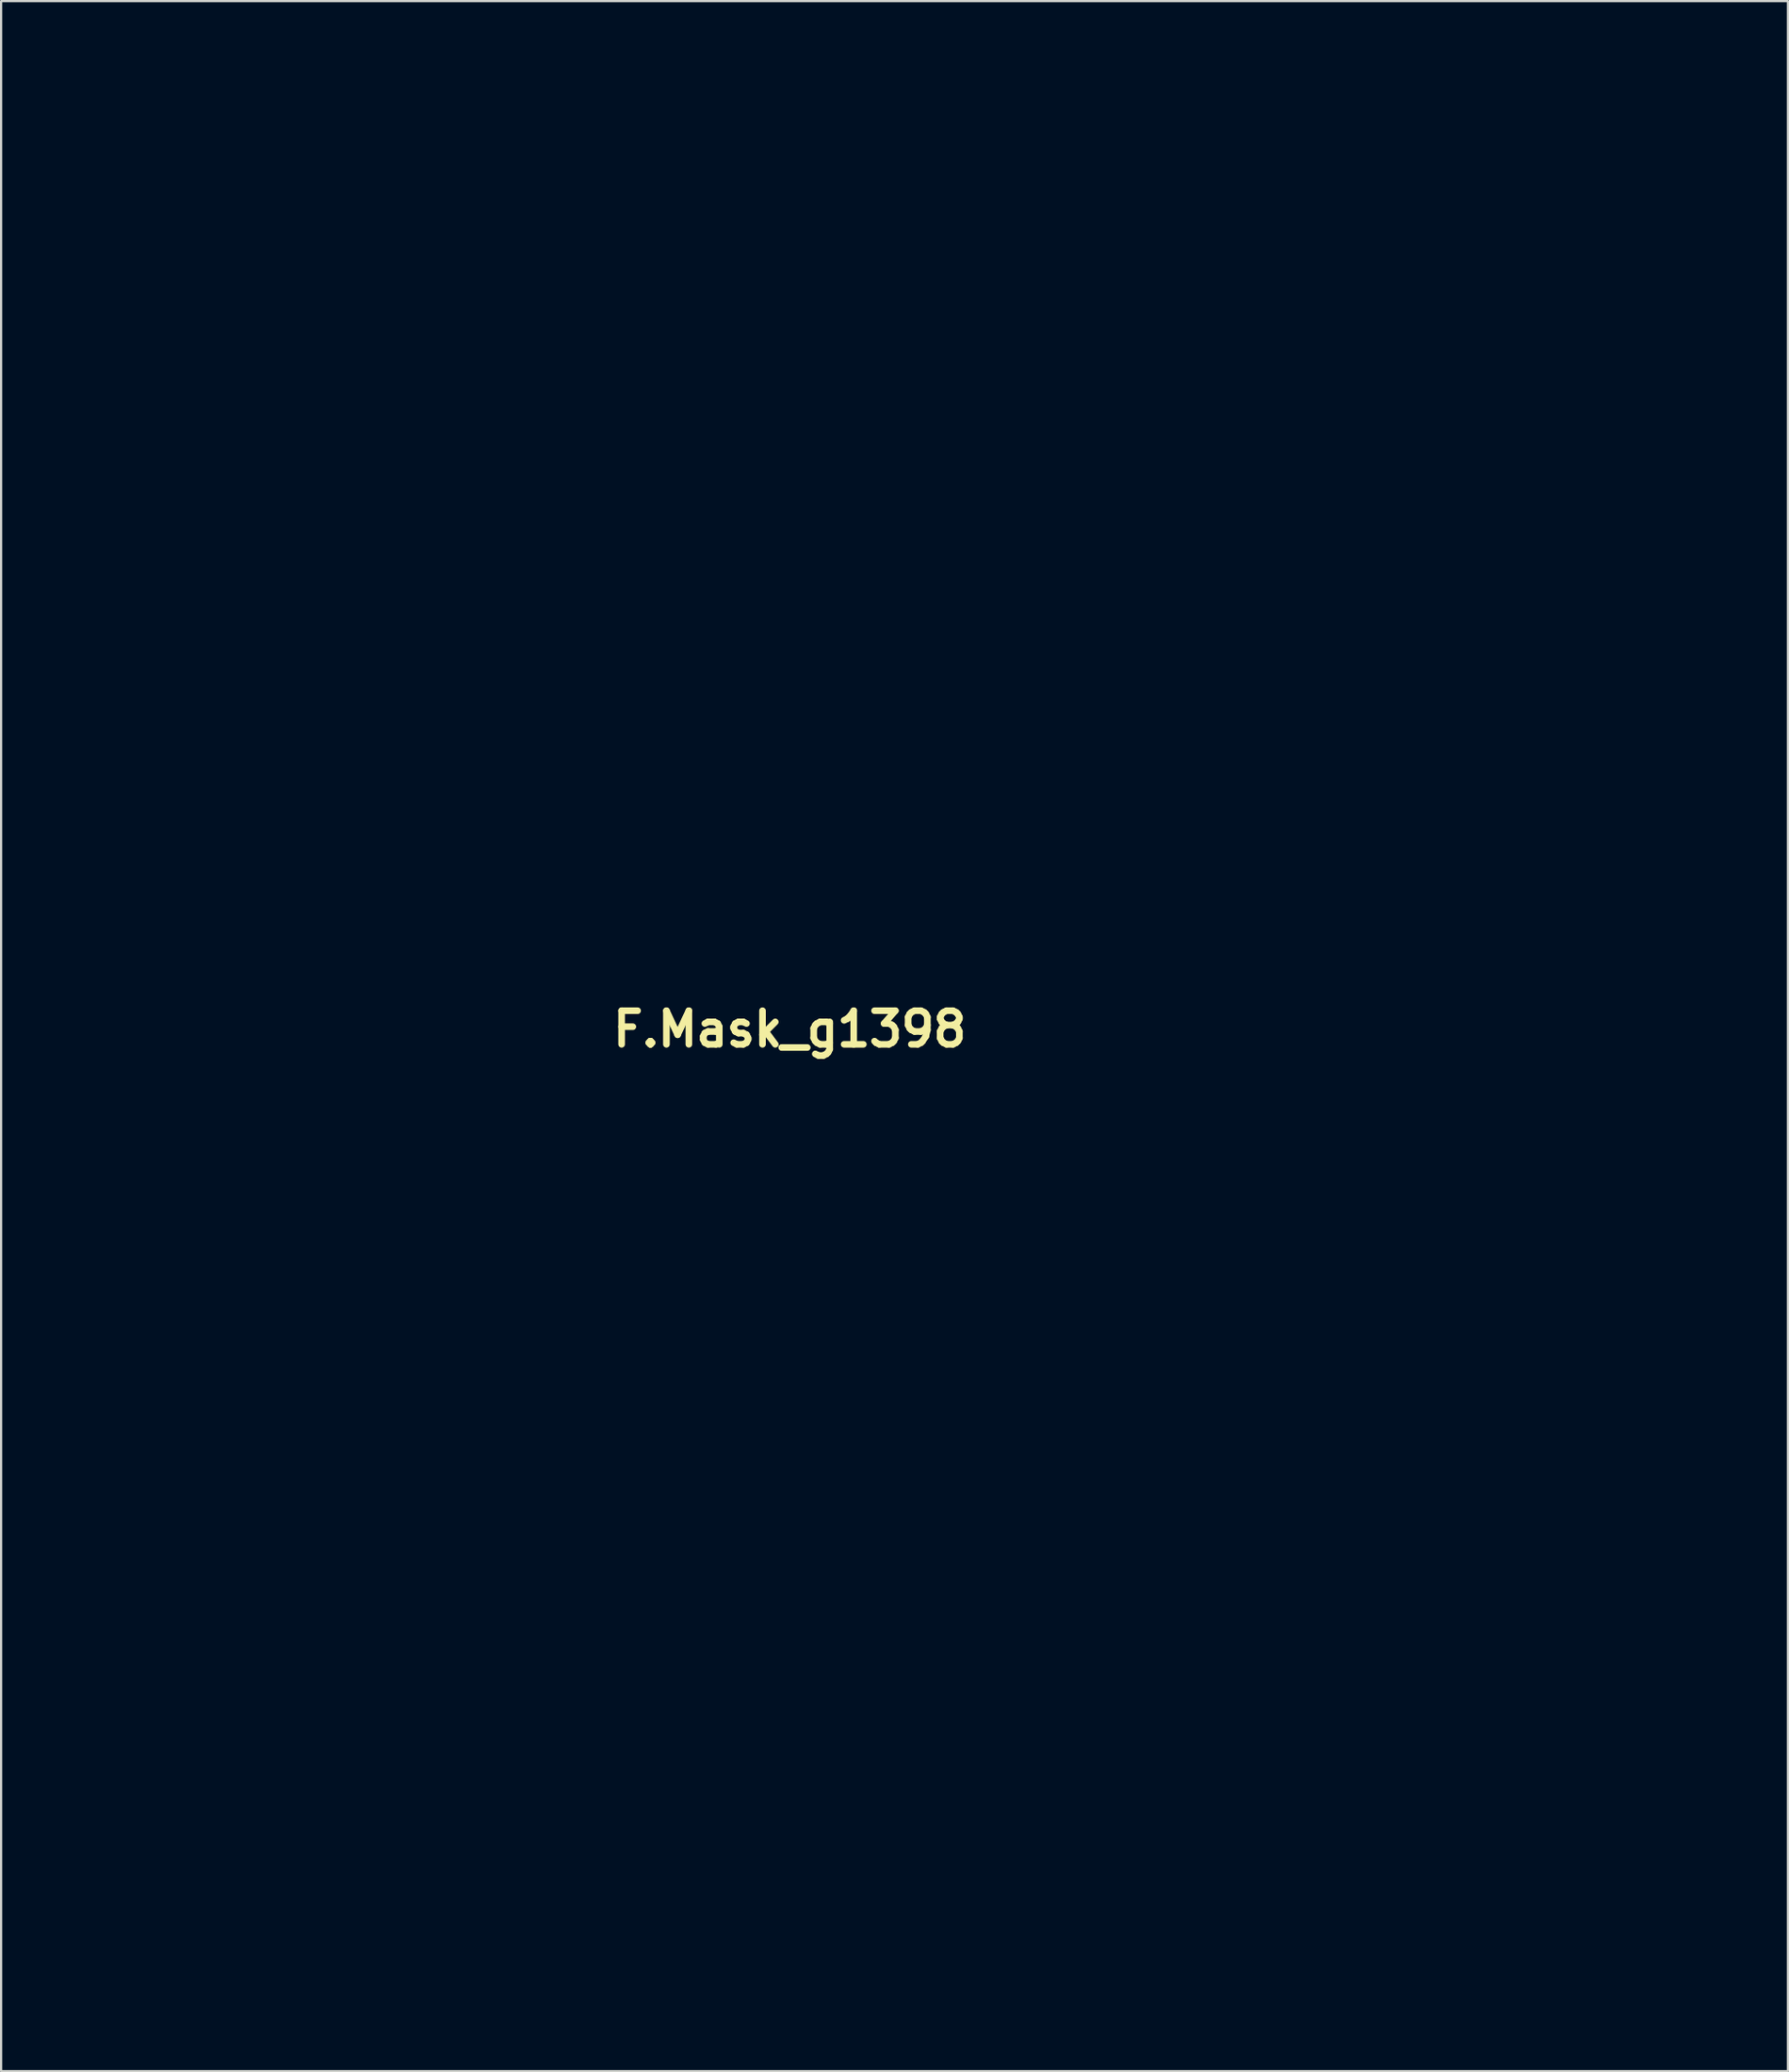
<source format=kicad_pcb>
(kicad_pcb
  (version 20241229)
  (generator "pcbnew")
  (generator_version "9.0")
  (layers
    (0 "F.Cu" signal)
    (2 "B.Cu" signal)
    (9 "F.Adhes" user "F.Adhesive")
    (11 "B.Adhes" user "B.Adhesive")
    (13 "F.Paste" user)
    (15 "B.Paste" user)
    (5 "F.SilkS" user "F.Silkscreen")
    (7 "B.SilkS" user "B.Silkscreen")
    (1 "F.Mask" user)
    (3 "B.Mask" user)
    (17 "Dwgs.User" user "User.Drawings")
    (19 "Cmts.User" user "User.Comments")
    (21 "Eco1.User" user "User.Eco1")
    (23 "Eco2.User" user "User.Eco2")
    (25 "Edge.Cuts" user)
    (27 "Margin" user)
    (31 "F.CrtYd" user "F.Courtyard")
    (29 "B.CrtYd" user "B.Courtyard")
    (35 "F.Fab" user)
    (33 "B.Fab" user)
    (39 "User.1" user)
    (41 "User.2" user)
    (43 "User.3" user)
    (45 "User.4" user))
  (footprint "F.Mask_g1398"
    (layer "F.Cu")
    (at 32.75 43.607)
    (property "Reference" "F.Mask_g1398" (at 0 0 0) (layer "F.SilkS") (effects (font (size 1.524 1.524) (thickness 0.3))))
    (attr through_hole)
    (fp_poly (pts (xy -30.649 -43.549) (xy -30.535 -43.466) (xy -30.463 -43.341) (xy -30.453 -43.183) (xy -30.514 -43.029) (xy -30.626 -42.926) (xy -30.768 -42.881) (xy -30.919 -42.901) (xy -31.053 -42.988) (xy -31.14 -43.127) (xy -31.149 -43.281) (xy -31.078 -43.435) (xy -31.057 -43.461) (xy -30.93 -43.556) (xy -30.787 -43.582) (xy -30.649 -43.549)) (stroke (width 0.01) (type solid)) (fill yes) (layer "F.Mask"))
    (fp_poly (pts (xy 26.984 -43.543) (xy 27.03 -43.508) (xy 27.121 -43.381) (xy 27.149 -43.227) (xy 27.118 -43.075) (xy 27.03 -42.949) (xy 26.965 -42.904) (xy 26.806 -42.848) (xy 26.666 -42.863) (xy 26.607 -42.89) (xy 26.483 -42.989) (xy 26.425 -43.126) (xy 26.416 -43.232) (xy 26.451 -43.399) (xy 26.545 -43.522) (xy 26.677 -43.592) (xy 26.83 -43.602) (xy 26.984 -43.543)) (stroke (width 0.01) (type solid)) (fill yes) (layer "F.Mask"))
    (fp_poly (pts (xy -13.277 42.958) (xy -13.257 43.258) (xy -13.237 43.533) (xy -13.218 43.773) (xy -13.203 43.963) (xy -13.191 44.091) (xy -13.184 44.143) (xy -13.164 44.238) (xy -17.342 44.238) (xy -18.503 43.072) (xy -18.76 42.813) (xy -18.999 42.573) (xy -19.212 42.359) (xy -19.393 42.176) (xy -19.536 42.033) (xy -19.633 41.935) (xy -19.679 41.889) (xy -19.681 41.886) (xy -19.643 41.883) (xy -19.527 41.88) (xy -19.338 41.878) (xy -19.085 41.875) (xy -18.773 41.873) (xy -18.409 41.871) (xy -17.999 41.87) (xy -17.55 41.869) (xy -17.068 41.868) (xy -16.56 41.868) (xy -16.525 41.868) (xy -13.351 41.868) (xy -13.277 42.958)) (stroke (width 0.01) (type solid)) (fill yes) (layer "F.Mask"))
    (fp_poly (pts (xy -25.273 29.965) (xy -25.228 30.046) (xy -25.191 30.146) (xy -25.136 30.292) (xy -25.08 30.44) (xy -24.975 30.718) (xy -24.108 31.072) (xy -23.856 31.177) (xy -23.633 31.273) (xy -23.45 31.357) (xy -23.318 31.422) (xy -23.249 31.464) (xy -23.241 31.474) (xy -23.272 31.537) (xy -23.348 31.623) (xy -23.443 31.71) (xy -23.532 31.774) (xy -23.582 31.792) (xy -23.643 31.777) (xy -23.765 31.734) (xy -23.931 31.67) (xy -24.124 31.592) (xy -24.151 31.581) (xy -24.343 31.501) (xy -24.506 31.436) (xy -24.625 31.39) (xy -24.684 31.369) (xy -24.687 31.369) (xy -24.682 31.406) (xy -24.648 31.507) (xy -24.592 31.659) (xy -24.518 31.848) (xy -24.479 31.942) (xy -24.243 32.515) (xy -24.385 32.662) (xy -24.504 32.768) (xy -24.589 32.802) (xy -24.65 32.767) (xy -24.679 32.713) (xy -24.899 32.167) (xy -25.088 31.697) (xy -25.248 31.299) (xy -25.379 30.969) (xy -25.483 30.705) (xy -25.562 30.504) (xy -25.615 30.363) (xy -25.646 30.277) (xy -25.654 30.246) (xy -25.624 30.187) (xy -25.55 30.102) (xy -25.458 30.015) (xy -25.371 29.95) (xy -25.323 29.93) (xy -25.273 29.965)) (stroke (width 0.01) (type solid)) (fill yes) (layer "F.Mask"))
    (fp_poly (pts (xy 42.166 11.193) (xy 42.176 11.247) (xy 42.185 11.344) (xy 42.192 11.49) (xy 42.197 11.69) (xy 42.201 11.951) (xy 42.204 12.278) (xy 42.206 12.677) (xy 42.206 13.154) (xy 42.206 13.263) (xy 42.206 15.349) (xy 41.062 16.491) (xy 40.806 16.746) (xy 40.567 16.983) (xy 40.353 17.193) (xy 40.17 17.371) (xy 40.026 17.51) (xy 39.927 17.604) (xy 39.879 17.645) (xy 39.877 17.646) (xy 39.869 17.607) (xy 39.861 17.485) (xy 39.854 17.281) (xy 39.849 16.998) (xy 39.844 16.635) (xy 39.84 16.196) (xy 39.838 15.682) (xy 39.836 15.094) (xy 39.836 14.503) (xy 39.836 13.888) (xy 39.837 13.353) (xy 39.838 12.893) (xy 39.841 12.503) (xy 39.844 12.179) (xy 39.848 11.916) (xy 39.853 11.709) (xy 39.859 11.554) (xy 39.866 11.445) (xy 39.874 11.378) (xy 39.884 11.348) (xy 39.889 11.345) (xy 39.944 11.342) (xy 40.071 11.333) (xy 40.26 11.319) (xy 40.497 11.301) (xy 40.77 11.281) (xy 41.021 11.261) (xy 41.316 11.238) (xy 41.585 11.218) (xy 41.815 11.2) (xy 41.995 11.187) (xy 42.112 11.179) (xy 42.153 11.176) (xy 42.166 11.193)) (stroke (width 0.01) (type solid)) (fill yes) (layer "F.Mask"))
    (fp_poly (pts (xy -14.376 28.141) (xy -14.369 28.221) (xy -14.358 28.38) (xy -14.341 28.612) (xy -14.32 28.91) (xy -14.295 29.27) (xy -14.266 29.685) (xy -14.234 30.15) (xy -14.199 30.658) (xy -14.162 31.204) (xy -14.123 31.781) (xy -14.082 32.386) (xy -14.039 33.01) (xy -14.034 33.084) (xy -13.992 33.708) (xy -13.951 34.312) (xy -13.911 34.89) (xy -13.874 35.436) (xy -13.839 35.944) (xy -13.807 36.408) (xy -13.778 36.823) (xy -13.753 37.183) (xy -13.732 37.482) (xy -13.715 37.715) (xy -13.703 37.875) (xy -13.697 37.958) (xy -13.696 37.962) (xy -13.673 38.185) (xy -23.39 38.185) (xy -24.522 37.052) (xy -24.776 36.797) (xy -25.01 36.559) (xy -25.218 36.346) (xy -25.393 36.165) (xy -25.528 36.022) (xy -25.617 35.925) (xy -25.653 35.879) (xy -25.654 35.877) (xy -25.625 35.843) (xy -25.539 35.752) (xy -25.4 35.608) (xy -25.212 35.415) (xy -24.977 35.177) (xy -24.7 34.896) (xy -24.384 34.577) (xy -24.033 34.222) (xy -23.649 33.836) (xy -23.237 33.421) (xy -22.799 32.982) (xy -22.34 32.522) (xy -21.862 32.044) (xy -21.664 31.845) (xy -17.674 27.855) (xy -14.402 27.855) (xy -14.376 28.141)) (stroke (width 0.01) (type solid)) (fill yes) (layer "F.Mask"))
    (fp_poly (pts (xy 36.195 21.358) (xy 35.041 22.511) (xy 34.784 22.767) (xy 34.546 23.004) (xy 34.333 23.214) (xy 34.153 23.392) (xy 34.01 23.53) (xy 33.914 23.623) (xy 33.869 23.663) (xy 33.866 23.664) (xy 33.834 23.635) (xy 33.746 23.549) (xy 33.605 23.41) (xy 33.415 23.222) (xy 33.178 22.988) (xy 32.899 22.711) (xy 32.582 22.395) (xy 32.228 22.043) (xy 31.843 21.659) (xy 31.429 21.247) (xy 30.991 20.809) (xy 30.531 20.349) (xy 30.052 19.871) (xy 29.834 19.653) (xy 25.823 15.642) (xy 25.823 12.405) (xy 25.919 12.386) (xy 25.973 12.38) (xy 26.106 12.37) (xy 26.312 12.354) (xy 26.587 12.334) (xy 26.924 12.31) (xy 27.319 12.282) (xy 27.765 12.25) (xy 28.257 12.216) (xy 28.79 12.179) (xy 29.359 12.14) (xy 29.957 12.099) (xy 30.579 12.057) (xy 30.776 12.044) (xy 31.411 12.001) (xy 32.026 11.959) (xy 32.616 11.919) (xy 33.176 11.881) (xy 33.7 11.845) (xy 34.181 11.812) (xy 34.614 11.783) (xy 34.993 11.757) (xy 35.312 11.735) (xy 35.566 11.718) (xy 35.749 11.705) (xy 35.854 11.697) (xy 35.867 11.696) (xy 36.195 11.671) (xy 36.195 21.358)) (stroke (width 0.01) (type solid)) (fill yes) (layer "F.Mask"))
    (fp_poly (pts (xy 29.533 21.28) (xy 29.627 21.352) (xy 29.674 21.398) (xy 29.816 21.544) (xy 29.58 22.107) (xy 29.497 22.307) (xy 29.429 22.478) (xy 29.381 22.606) (xy 29.359 22.675) (xy 29.358 22.683) (xy 29.4 22.673) (xy 29.505 22.636) (xy 29.658 22.577) (xy 29.845 22.501) (xy 29.892 22.482) (xy 30.091 22.402) (xy 30.265 22.336) (xy 30.399 22.289) (xy 30.474 22.268) (xy 30.48 22.267) (xy 30.551 22.294) (xy 30.637 22.362) (xy 30.721 22.448) (xy 30.782 22.533) (xy 30.8 22.594) (xy 30.795 22.605) (xy 30.75 22.627) (xy 30.638 22.677) (xy 30.47 22.748) (xy 30.259 22.837) (xy 30.014 22.94) (xy 29.748 23.05) (xy 29.472 23.164) (xy 29.197 23.276) (xy 28.936 23.383) (xy 28.698 23.479) (xy 28.496 23.56) (xy 28.342 23.62) (xy 28.245 23.656) (xy 28.219 23.664) (xy 28.185 23.636) (xy 28.113 23.562) (xy 28.049 23.493) (xy 27.967 23.393) (xy 27.92 23.317) (xy 27.915 23.289) (xy 27.962 23.26) (xy 28.069 23.212) (xy 28.219 23.15) (xy 28.317 23.113) (xy 28.699 22.971) (xy 29.05 22.111) (xy 29.182 21.793) (xy 29.288 21.552) (xy 29.369 21.384) (xy 29.428 21.285) (xy 29.466 21.252) (xy 29.466 21.252) (xy 29.533 21.28)) (stroke (width 0.01) (type solid)) (fill yes) (layer "F.Mask"))
    (fp_poly (pts (xy -1.057 41.868) (xy -0.423 41.869) (xy 0.182 41.87) (xy 0.753 41.871) (xy 1.284 41.873) (xy 1.772 41.876) (xy 2.209 41.878) (xy 2.593 41.881) (xy 2.917 41.885) (xy 3.176 41.888) (xy 3.365 41.892) (xy 3.479 41.896) (xy 3.514 41.899) (xy 3.517 41.949) (xy 3.526 42.071) (xy 3.54 42.254) (xy 3.557 42.487) (xy 3.578 42.757) (xy 3.598 43.011) (xy 3.621 43.307) (xy 3.641 43.579) (xy 3.659 43.813) (xy 3.672 43.997) (xy 3.68 44.119) (xy 3.683 44.164) (xy 3.679 44.175) (xy 3.667 44.185) (xy 3.64 44.194) (xy 3.596 44.202) (xy 3.529 44.208) (xy 3.435 44.214) (xy 3.31 44.219) (xy 3.149 44.224) (xy 2.948 44.227) (xy 2.703 44.23) (xy 2.409 44.233) (xy 2.061 44.235) (xy 1.657 44.236) (xy 1.19 44.237) (xy 0.657 44.238) (xy 0.053 44.238) (xy -0.625 44.238) (xy -1.384 44.238) (xy -1.545 44.238) (xy -6.773 44.238) (xy -6.773 44.122) (xy -6.777 44.043) (xy -6.785 43.895) (xy -6.798 43.693) (xy -6.815 43.454) (xy -6.834 43.193) (xy -6.853 42.925) (xy -6.873 42.666) (xy -6.891 42.432) (xy -6.907 42.237) (xy -6.92 42.099) (xy -6.921 42.09) (xy -6.943 41.868) (xy -1.715 41.868) (xy -1.057 41.868)) (stroke (width 0.01) (type solid)) (fill yes) (layer "F.Mask"))
    (fp_poly (pts (xy 36.219 -5.25) (xy 36.221 -5.129) (xy 36.223 -4.933) (xy 36.225 -4.668) (xy 36.227 -4.339) (xy 36.228 -3.95) (xy 36.229 -3.507) (xy 36.229 -3.015) (xy 36.229 -2.478) (xy 36.229 -1.902) (xy 36.229 -1.293) (xy 36.228 -0.654) (xy 36.227 0.008) (xy 36.227 0.01) (xy 36.216 5.311) (xy 31.136 5.68) (xy 30.486 5.727) (xy 29.857 5.773) (xy 29.256 5.816) (xy 28.687 5.857) (xy 28.156 5.895) (xy 27.669 5.93) (xy 27.23 5.961) (xy 26.845 5.988) (xy 26.519 6.011) (xy 26.259 6.029) (xy 26.068 6.042) (xy 25.952 6.049) (xy 25.919 6.051) (xy 25.781 6.054) (xy 25.781 -4.524) (xy 26.003 -4.548) (xy 26.09 -4.556) (xy 26.251 -4.569) (xy 26.478 -4.586) (xy 26.762 -4.608) (xy 27.094 -4.633) (xy 27.464 -4.66) (xy 27.862 -4.689) (xy 28.28 -4.719) (xy 28.3 -4.72) (xy 28.726 -4.751) (xy 29.222 -4.786) (xy 29.772 -4.826) (xy 30.361 -4.868) (xy 30.974 -4.913) (xy 31.597 -4.958) (xy 32.212 -5.002) (xy 32.807 -5.045) (xy 33.285 -5.08) (xy 33.773 -5.115) (xy 34.236 -5.149) (xy 34.667 -5.18) (xy 35.059 -5.209) (xy 35.406 -5.234) (xy 35.699 -5.255) (xy 35.934 -5.272) (xy 36.102 -5.284) (xy 36.197 -5.29) (xy 36.217 -5.292) (xy 36.219 -5.25)) (stroke (width 0.01) (type solid)) (fill yes) (layer "F.Mask"))
    (fp_poly (pts (xy -18.691 24.286) (xy -18.6 24.368) (xy -18.465 24.495) (xy -18.294 24.659) (xy -18.094 24.855) (xy -17.874 25.074) (xy -17.802 25.145) (xy -16.915 26.033) (xy -17.059 26.182) (xy -17.157 26.27) (xy -17.242 26.323) (xy -17.271 26.331) (xy -17.328 26.303) (xy -17.427 26.226) (xy -17.551 26.114) (xy -17.632 26.035) (xy -17.926 25.738) (xy -18.625 26.433) (xy -18.301 26.765) (xy -17.978 27.097) (xy -18.142 27.265) (xy -18.235 27.357) (xy -18.303 27.417) (xy -18.326 27.432) (xy -18.36 27.403) (xy -18.446 27.322) (xy -18.577 27.196) (xy -18.745 27.032) (xy -18.943 26.838) (xy -19.162 26.621) (xy -19.228 26.555) (xy -19.451 26.331) (xy -19.654 26.125) (xy -19.828 25.945) (xy -19.967 25.798) (xy -20.062 25.693) (xy -20.106 25.637) (xy -20.108 25.632) (xy -20.079 25.576) (xy -20.008 25.492) (xy -19.919 25.404) (xy -19.836 25.337) (xy -19.79 25.315) (xy -19.746 25.344) (xy -19.656 25.421) (xy -19.532 25.537) (xy -19.385 25.679) (xy -19.357 25.706) (xy -18.965 26.097) (xy -18.27 25.402) (xy -18.66 25.005) (xy -18.805 24.854) (xy -18.926 24.723) (xy -19.011 24.625) (xy -19.049 24.571) (xy -19.05 24.567) (xy -19.021 24.514) (xy -18.949 24.432) (xy -18.86 24.346) (xy -18.778 24.28) (xy -18.73 24.257) (xy -18.691 24.286)) (stroke (width 0.01) (type solid)) (fill yes) (layer "F.Mask"))
    (fp_poly (pts (xy -23.732 28.392) (xy -23.64 28.474) (xy -23.504 28.601) (xy -23.332 28.767) (xy -23.13 28.963) (xy -22.908 29.183) (xy -22.819 29.273) (xy -21.91 30.182) (xy -22.055 30.331) (xy -22.155 30.419) (xy -22.244 30.472) (xy -22.276 30.48) (xy -22.341 30.514) (xy -22.352 30.558) (xy -22.382 30.655) (xy -22.458 30.78) (xy -22.56 30.907) (xy -22.669 31.01) (xy -22.73 31.05) (xy -22.93 31.11) (xy -23.16 31.109) (xy -23.393 31.051) (xy -23.519 30.991) (xy -23.789 30.796) (xy -23.99 30.562) (xy -24.117 30.298) (xy -24.166 30.01) (xy -24.165 29.933) (xy -23.707 29.933) (xy -23.667 30.119) (xy -23.559 30.303) (xy -23.393 30.47) (xy -23.22 30.583) (xy -23.097 30.636) (xy -23.009 30.638) (xy -22.919 30.585) (xy -22.882 30.554) (xy -22.795 30.45) (xy -22.723 30.316) (xy -22.713 30.29) (xy -22.654 30.12) (xy -22.957 29.813) (xy -23.092 29.684) (xy -23.211 29.582) (xy -23.3 29.519) (xy -23.334 29.506) (xy -23.428 29.541) (xy -23.533 29.629) (xy -23.629 29.745) (xy -23.693 29.864) (xy -23.707 29.933) (xy -24.165 29.933) (xy -24.165 29.908) (xy -24.112 29.647) (xy -23.991 29.433) (xy -23.797 29.264) (xy -23.761 29.241) (xy -23.616 29.155) (xy -23.86 28.908) (xy -24.105 28.661) (xy -23.961 28.512) (xy -23.868 28.425) (xy -23.795 28.372) (xy -23.772 28.363) (xy -23.732 28.392)) (stroke (width 0.01) (type solid)) (fill yes) (layer "F.Mask"))
    (fp_poly (pts (xy 24.068 14.972) (xy 24.159 15.042) (xy 24.251 15.129) (xy 24.32 15.211) (xy 24.342 15.257) (xy 24.314 15.3) (xy 24.239 15.389) (xy 24.129 15.509) (xy 24.037 15.606) (xy 23.732 15.92) (xy 24.079 16.267) (xy 24.426 16.614) (xy 24.734 16.308) (xy 24.867 16.18) (xy 24.98 16.079) (xy 25.059 16.016) (xy 25.086 16.002) (xy 25.141 16.031) (xy 25.224 16.103) (xy 25.311 16.192) (xy 25.378 16.275) (xy 25.4 16.322) (xy 25.371 16.365) (xy 25.289 16.458) (xy 25.165 16.59) (xy 25.007 16.753) (xy 24.825 16.937) (xy 24.628 17.133) (xy 24.426 17.333) (xy 24.227 17.526) (xy 24.042 17.703) (xy 23.879 17.857) (xy 23.748 17.976) (xy 23.658 18.052) (xy 23.619 18.076) (xy 23.553 18.048) (xy 23.459 17.975) (xy 23.41 17.927) (xy 23.265 17.778) (xy 24.088 16.953) (xy 23.738 16.604) (xy 23.387 16.256) (xy 23.008 16.637) (xy 22.859 16.782) (xy 22.727 16.901) (xy 22.624 16.984) (xy 22.565 17.018) (xy 22.562 17.018) (xy 22.497 16.989) (xy 22.406 16.919) (xy 22.314 16.83) (xy 22.245 16.747) (xy 22.225 16.701) (xy 22.254 16.657) (xy 22.335 16.565) (xy 22.46 16.433) (xy 22.617 16.27) (xy 22.799 16.085) (xy 22.996 15.889) (xy 23.198 15.689) (xy 23.396 15.496) (xy 23.581 15.318) (xy 23.744 15.164) (xy 23.875 15.045) (xy 23.965 14.968) (xy 24.004 14.944) (xy 24.068 14.972)) (stroke (width 0.01) (type solid)) (fill yes) (layer "F.Mask"))
    (fp_poly (pts (xy 17.021 7.736) (xy 17.104 7.812) (xy 17.18 7.904) (xy 17.226 7.984) (xy 17.23 8.005) (xy 17.201 8.062) (xy 17.125 8.158) (xy 17.017 8.277) (xy 16.977 8.317) (xy 16.725 8.567) (xy 16.945 8.676) (xy 17.162 8.824) (xy 17.307 9.008) (xy 17.379 9.221) (xy 17.376 9.454) (xy 17.297 9.698) (xy 17.142 9.947) (xy 17.083 10.019) (xy 16.858 10.226) (xy 16.609 10.37) (xy 16.35 10.447) (xy 16.094 10.453) (xy 15.853 10.384) (xy 15.821 10.368) (xy 15.699 10.281) (xy 15.577 10.158) (xy 15.536 10.106) (xy 15.43 9.97) (xy 15.3 9.821) (xy 15.23 9.748) (xy 15.096 9.615) (xy 15.769 9.615) (xy 15.789 9.698) (xy 15.861 9.786) (xy 15.942 9.861) (xy 16.099 9.963) (xy 16.254 9.985) (xy 16.42 9.93) (xy 16.539 9.846) (xy 16.667 9.723) (xy 16.781 9.586) (xy 16.858 9.461) (xy 16.874 9.417) (xy 16.878 9.293) (xy 16.856 9.206) (xy 16.789 9.127) (xy 16.675 9.041) (xy 16.546 8.97) (xy 16.434 8.934) (xy 16.415 8.932) (xy 16.364 8.961) (xy 16.269 9.038) (xy 16.146 9.15) (xy 16.049 9.245) (xy 15.897 9.404) (xy 15.804 9.522) (xy 15.769 9.615) (xy 15.096 9.615) (xy 15.05 9.569) (xy 15.98 8.637) (xy 16.212 8.407) (xy 16.425 8.197) (xy 16.612 8.016) (xy 16.767 7.869) (xy 16.88 7.765) (xy 16.945 7.711) (xy 16.957 7.705) (xy 17.021 7.736)) (stroke (width 0.01) (type solid)) (fill yes) (layer "F.Mask"))
    (fp_poly (pts (xy 42.142 -5.667) (xy 42.204 -5.66) (xy 42.234 -5.646) (xy 42.238 -5.639) (xy 42.242 -5.588) (xy 42.244 -5.46) (xy 42.246 -5.259) (xy 42.248 -4.994) (xy 42.249 -4.669) (xy 42.25 -4.291) (xy 42.25 -3.867) (xy 42.249 -3.403) (xy 42.248 -2.904) (xy 42.247 -2.378) (xy 42.246 -1.831) (xy 42.244 -1.268) (xy 42.241 -0.696) (xy 42.239 -0.122) (xy 42.236 0.449) (xy 42.233 1.01) (xy 42.23 1.554) (xy 42.226 2.076) (xy 42.223 2.57) (xy 42.219 3.028) (xy 42.215 3.445) (xy 42.212 3.814) (xy 42.208 4.129) (xy 42.204 4.385) (xy 42.2 4.574) (xy 42.196 4.69) (xy 42.193 4.727) (xy 42.145 4.737) (xy 42.027 4.752) (xy 41.852 4.77) (xy 41.633 4.791) (xy 41.384 4.813) (xy 41.12 4.835) (xy 40.852 4.857) (xy 40.597 4.876) (xy 40.366 4.891) (xy 40.174 4.902) (xy 40.034 4.908) (xy 40.016 4.908) (xy 39.836 4.911) (xy 39.836 -0.296) (xy 39.836 -0.953) (xy 39.836 -1.586) (xy 39.836 -2.189) (xy 39.837 -2.759) (xy 39.838 -3.289) (xy 39.838 -3.775) (xy 39.839 -4.212) (xy 39.84 -4.594) (xy 39.841 -4.916) (xy 39.843 -5.174) (xy 39.844 -5.362) (xy 39.845 -5.474) (xy 39.846 -5.507) (xy 39.889 -5.512) (xy 40.006 -5.522) (xy 40.186 -5.536) (xy 40.418 -5.555) (xy 40.69 -5.576) (xy 40.993 -5.6) (xy 41.037 -5.604) (xy 41.392 -5.631) (xy 41.672 -5.65) (xy 41.884 -5.663) (xy 42.038 -5.668) (xy 42.142 -5.667)) (stroke (width 0.01) (type solid)) (fill yes) (layer "F.Mask"))
    (fp_poly (pts (xy 2.54 27.864) (xy 2.543 27.914) (xy 2.552 28.042) (xy 2.565 28.242) (xy 2.584 28.508) (xy 2.607 28.832) (xy 2.633 29.209) (xy 2.663 29.633) (xy 2.696 30.096) (xy 2.732 30.594) (xy 2.769 31.118) (xy 2.808 31.664) (xy 2.848 32.225) (xy 2.889 32.794) (xy 2.93 33.365) (xy 2.97 33.931) (xy 3.01 34.487) (xy 3.049 35.027) (xy 3.086 35.542) (xy 3.121 36.029) (xy 3.154 36.479) (xy 3.183 36.887) (xy 3.209 37.246) (xy 3.231 37.55) (xy 3.249 37.793) (xy 3.262 37.968) (xy 3.27 38.068) (xy 3.283 38.227) (xy -2.02 38.227) (xy -2.907 38.227) (xy -3.71 38.226) (xy -4.429 38.224) (xy -5.067 38.222) (xy -5.624 38.219) (xy -6.1 38.216) (xy -6.497 38.212) (xy -6.815 38.207) (xy -7.056 38.201) (xy -7.219 38.195) (xy -7.307 38.188) (xy -7.324 38.183) (xy -7.327 38.133) (xy -7.335 38.004) (xy -7.349 37.803) (xy -7.368 37.537) (xy -7.391 37.212) (xy -7.418 36.834) (xy -7.448 36.41) (xy -7.481 35.946) (xy -7.517 35.448) (xy -7.555 34.923) (xy -7.594 34.377) (xy -7.634 33.817) (xy -7.675 33.248) (xy -7.717 32.677) (xy -7.758 32.111) (xy -7.798 31.555) (xy -7.837 31.017) (xy -7.874 30.502) (xy -7.91 30.017) (xy -7.942 29.568) (xy -7.972 29.161) (xy -7.998 28.804) (xy -8.021 28.502) (xy -8.039 28.261) (xy -8.052 28.088) (xy -8.059 27.99) (xy -8.061 27.972) (xy -8.082 27.771) (xy 2.54 27.771) (xy 2.54 27.864)) (stroke (width 0.01) (type solid)) (fill yes) (layer "F.Mask"))
    (fp_poly (pts (xy -22.263 26.953) (xy -22.17 27.033) (xy -22.036 27.157) (xy -21.87 27.313) (xy -21.683 27.494) (xy -21.482 27.69) (xy -21.278 27.892) (xy -21.08 28.092) (xy -20.895 28.279) (xy -20.735 28.445) (xy -20.608 28.581) (xy -20.523 28.677) (xy -20.49 28.724) (xy -20.489 28.726) (xy -20.519 28.784) (xy -20.592 28.868) (xy -20.684 28.955) (xy -20.769 29.02) (xy -20.817 29.041) (xy -20.862 29.076) (xy -20.919 29.166) (xy -20.948 29.225) (xy -21.08 29.427) (xy -21.263 29.573) (xy -21.481 29.657) (xy -21.715 29.673) (xy -21.949 29.614) (xy -21.996 29.592) (xy -22.163 29.484) (xy -22.339 29.331) (xy -22.498 29.161) (xy -22.614 28.998) (xy -22.633 28.961) (xy -22.677 28.831) (xy -22.711 28.662) (xy -22.722 28.554) (xy -22.722 28.553) (xy -22.254 28.553) (xy -22.254 28.558) (xy -22.191 28.728) (xy -22.07 28.899) (xy -21.912 29.046) (xy -21.797 29.118) (xy -21.649 29.174) (xy -21.533 29.169) (xy -21.424 29.108) (xy -21.372 29.043) (xy -21.309 28.932) (xy -21.282 28.877) (xy -21.2 28.691) (xy -21.53 28.36) (xy -21.859 28.029) (xy -21.983 28.101) (xy -22.145 28.231) (xy -22.238 28.386) (xy -22.254 28.553) (xy -22.722 28.553) (xy -22.706 28.309) (xy -22.622 28.099) (xy -22.463 27.912) (xy -22.366 27.831) (xy -22.19 27.697) (xy -22.398 27.492) (xy -22.503 27.379) (xy -22.578 27.281) (xy -22.606 27.219) (xy -22.574 27.143) (xy -22.498 27.05) (xy -22.404 26.968) (xy -22.321 26.926) (xy -22.307 26.924) (xy -22.263 26.953)) (stroke (width 0.01) (type solid)) (fill yes) (layer "F.Mask"))
    (fp_poly (pts (xy -16.926 23.149) (xy -16.799 23.209) (xy -16.55 23.397) (xy -16.362 23.627) (xy -16.243 23.887) (xy -16.2 24.164) (xy -16.2 24.172) (xy -16.24 24.444) (xy -16.354 24.688) (xy -16.531 24.889) (xy -16.762 25.033) (xy -16.773 25.038) (xy -17.007 25.097) (xy -17.24 25.075) (xy -17.381 25.024) (xy -17.509 24.953) (xy -17.642 24.86) (xy -17.759 24.763) (xy -17.839 24.676) (xy -17.865 24.624) (xy -17.836 24.578) (xy -17.82 24.56) (xy -17.207 24.56) (xy -17.193 24.592) (xy -17.187 24.596) (xy -17.052 24.636) (xy -16.908 24.594) (xy -16.781 24.494) (xy -16.682 24.374) (xy -16.641 24.259) (xy -16.637 24.2) (xy -16.646 24.095) (xy -16.668 24.032) (xy -16.672 24.029) (xy -16.715 24.047) (xy -16.801 24.115) (xy -16.916 24.219) (xy -16.979 24.282) (xy -17.108 24.416) (xy -17.181 24.505) (xy -17.207 24.56) (xy -17.82 24.56) (xy -17.758 24.486) (xy -17.64 24.357) (xy -17.492 24.203) (xy -17.412 24.121) (xy -16.959 23.667) (xy -17.119 23.6) (xy -17.25 23.559) (xy -17.363 23.564) (xy -17.423 23.581) (xy -17.573 23.666) (xy -17.718 23.81) (xy -17.839 23.988) (xy -17.909 24.157) (xy -17.952 24.276) (xy -18.002 24.356) (xy -18.022 24.372) (xy -18.085 24.358) (xy -18.175 24.298) (xy -18.269 24.213) (xy -18.343 24.126) (xy -18.373 24.057) (xy -18.373 24.057) (xy -18.341 23.932) (xy -18.257 23.774) (xy -18.134 23.603) (xy -17.987 23.436) (xy -17.831 23.292) (xy -17.681 23.189) (xy -17.676 23.186) (xy -17.438 23.106) (xy -17.178 23.094) (xy -16.926 23.149)) (stroke (width 0.01) (type solid)) (fill yes) (layer "F.Mask"))
    (fp_poly (pts (xy 22.471 14.254) (xy 22.569 14.3) (xy 22.792 14.455) (xy 22.955 14.654) (xy 23.051 14.88) (xy 23.076 15.121) (xy 23.027 15.352) (xy 22.967 15.467) (xy 22.879 15.593) (xy 22.779 15.71) (xy 22.686 15.797) (xy 22.617 15.833) (xy 22.614 15.833) (xy 22.561 15.804) (xy 22.46 15.725) (xy 22.327 15.607) (xy 22.172 15.461) (xy 22.11 15.4) (xy 21.94 15.232) (xy 21.82 15.117) (xy 21.738 15.048) (xy 21.685 15.017) (xy 21.649 15.017) (xy 21.622 15.04) (xy 21.613 15.051) (xy 21.57 15.149) (xy 21.549 15.278) (xy 21.549 15.291) (xy 21.587 15.456) (xy 21.695 15.617) (xy 21.858 15.761) (xy 22.062 15.875) (xy 22.236 15.933) (xy 22.329 15.982) (xy 22.346 16.063) (xy 22.287 16.17) (xy 22.233 16.227) (xy 22.125 16.31) (xy 22.018 16.334) (xy 21.889 16.302) (xy 21.767 16.244) (xy 21.489 16.058) (xy 21.279 15.836) (xy 21.143 15.587) (xy 21.084 15.316) (xy 21.082 15.255) (xy 21.12 14.972) (xy 21.235 14.721) (xy 21.276 14.673) (xy 22.016 14.673) (xy 22.036 14.707) (xy 22.101 14.784) (xy 22.195 14.888) (xy 22.302 15.001) (xy 22.407 15.108) (xy 22.493 15.192) (xy 22.546 15.237) (xy 22.553 15.24) (xy 22.575 15.205) (xy 22.607 15.132) (xy 22.616 15.001) (xy 22.561 14.866) (xy 22.461 14.744) (xy 22.334 14.657) (xy 22.198 14.622) (xy 22.14 14.629) (xy 22.054 14.655) (xy 22.016 14.673) (xy 21.276 14.673) (xy 21.428 14.498) (xy 21.684 14.31) (xy 21.943 14.207) (xy 22.205 14.188) (xy 22.471 14.254)) (stroke (width 0.01) (type solid)) (fill yes) (layer "F.Mask"))
    (fp_poly (pts (xy 28.234 19.968) (xy 28.315 20.038) (xy 28.396 20.127) (xy 28.456 20.211) (xy 28.475 20.267) (xy 28.474 20.271) (xy 28.492 20.309) (xy 28.569 20.353) (xy 28.596 20.362) (xy 28.789 20.465) (xy 28.955 20.625) (xy 29.069 20.816) (xy 29.086 20.864) (xy 29.111 21.087) (xy 29.065 21.317) (xy 28.958 21.544) (xy 28.801 21.754) (xy 28.605 21.935) (xy 28.381 22.075) (xy 28.14 22.16) (xy 27.945 22.182) (xy 27.805 22.163) (xy 27.653 22.117) (xy 27.622 22.104) (xy 27.492 22.024) (xy 27.356 21.909) (xy 27.239 21.784) (xy 27.169 21.674) (xy 27.167 21.668) (xy 27.128 21.662) (xy 27.04 21.721) (xy 26.917 21.833) (xy 26.802 21.94) (xy 26.706 22.019) (xy 26.649 22.055) (xy 26.645 22.056) (xy 26.593 22.027) (xy 26.508 21.956) (xy 26.457 21.907) (xy 26.313 21.757) (xy 26.776 21.294) (xy 27.455 21.294) (xy 27.524 21.41) (xy 27.606 21.513) (xy 27.717 21.612) (xy 27.735 21.625) (xy 27.887 21.695) (xy 28.042 21.689) (xy 28.213 21.606) (xy 28.244 21.585) (xy 28.357 21.485) (xy 28.467 21.357) (xy 28.558 21.224) (xy 28.611 21.112) (xy 28.617 21.073) (xy 28.597 20.967) (xy 28.574 20.91) (xy 28.507 20.84) (xy 28.395 20.763) (xy 28.268 20.696) (xy 28.162 20.661) (xy 28.142 20.659) (xy 28.09 20.687) (xy 27.996 20.764) (xy 27.872 20.877) (xy 27.77 20.976) (xy 27.455 21.294) (xy 26.776 21.294) (xy 27.221 20.848) (xy 27.45 20.621) (xy 27.66 20.415) (xy 27.844 20.237) (xy 27.995 20.094) (xy 28.105 19.993) (xy 28.166 19.943) (xy 28.175 19.939) (xy 28.234 19.968)) (stroke (width 0.01) (type solid)) (fill yes) (layer "F.Mask"))
    (fp_poly (pts (xy -20.222 26.113) (xy -20.098 26.158) (xy -20.008 26.219) (xy -19.835 26.393) (xy -19.744 26.591) (xy -19.733 26.811) (xy -19.803 27.05) (xy -19.953 27.308) (xy -20.062 27.447) (xy -20.166 27.584) (xy -20.206 27.673) (xy -20.181 27.719) (xy -20.126 27.728) (xy -20.048 27.697) (xy -19.942 27.614) (xy -19.825 27.5) (xy -19.717 27.373) (xy -19.637 27.252) (xy -19.623 27.224) (xy -19.563 27.115) (xy -19.504 27.044) (xy -19.488 27.033) (xy -19.424 27.046) (xy -19.329 27.105) (xy -19.272 27.153) (xy -19.192 27.234) (xy -19.153 27.306) (xy -19.158 27.384) (xy -19.211 27.487) (xy -19.314 27.629) (xy -19.379 27.711) (xy -19.589 27.935) (xy -19.81 28.092) (xy -20.031 28.179) (xy -20.244 28.193) (xy -20.441 28.13) (xy -20.468 28.114) (xy -20.541 28.056) (xy -20.66 27.951) (xy -20.81 27.809) (xy -20.979 27.645) (xy -21.075 27.548) (xy -21.556 27.063) (xy -21.55 27.056) (xy -20.796 27.056) (xy -20.792 27.127) (xy -20.743 27.196) (xy -20.711 27.231) (xy -20.631 27.306) (xy -20.575 27.346) (xy -20.568 27.347) (xy -20.527 27.316) (xy -20.454 27.236) (xy -20.384 27.149) (xy -20.297 27.023) (xy -20.231 26.908) (xy -20.208 26.851) (xy -20.217 26.74) (xy -20.283 26.642) (xy -20.381 26.588) (xy -20.409 26.585) (xy -20.517 26.622) (xy -20.629 26.719) (xy -20.723 26.855) (xy -20.763 26.945) (xy -20.796 27.056) (xy -21.55 27.056) (xy -21.42 26.909) (xy -21.327 26.817) (xy -21.244 26.761) (xy -21.215 26.753) (xy -21.156 26.714) (xy -21.084 26.612) (xy -21.046 26.539) (xy -20.905 26.323) (xy -20.721 26.179) (xy -20.496 26.109) (xy -20.384 26.102) (xy -20.222 26.113)) (stroke (width 0.01) (type solid)) (fill yes) (layer "F.Mask"))
    (fp_poly (pts (xy -12.785 18.691) (xy -12.595 18.782) (xy -12.444 18.925) (xy -12.344 19.111) (xy -12.312 19.326) (xy -12.344 19.526) (xy -12.434 19.736) (xy -12.591 19.967) (xy -12.653 20.044) (xy -12.751 20.179) (xy -12.781 20.264) (xy -12.744 20.3) (xy -12.654 20.289) (xy -12.571 20.24) (xy -12.462 20.141) (xy -12.345 20.013) (xy -12.239 19.876) (xy -12.164 19.752) (xy -12.163 19.749) (xy -12.089 19.638) (xy -12.008 19.608) (xy -11.908 19.656) (xy -11.835 19.725) (xy -11.764 19.814) (xy -11.74 19.902) (xy -11.765 20.004) (xy -11.843 20.135) (xy -11.957 20.286) (xy -12.155 20.496) (xy -12.369 20.651) (xy -12.586 20.746) (xy -12.793 20.774) (xy -12.954 20.741) (xy -13.016 20.699) (xy -13.122 20.61) (xy -13.259 20.486) (xy -13.415 20.338) (xy -13.579 20.18) (xy -13.739 20.021) (xy -13.882 19.873) (xy -13.997 19.749) (xy -14.073 19.66) (xy -14.087 19.637) (xy -13.363 19.637) (xy -13.317 19.757) (xy -13.269 19.815) (xy -13.192 19.892) (xy -13.144 19.936) (xy -13.138 19.939) (xy -13.109 19.908) (xy -13.043 19.827) (xy -12.955 19.713) (xy -12.836 19.529) (xy -12.789 19.384) (xy -12.812 19.271) (xy -12.888 19.196) (xy -13 19.157) (xy -13.109 19.194) (xy -13.224 19.31) (xy -13.245 19.338) (xy -13.34 19.502) (xy -13.363 19.637) (xy -14.087 19.637) (xy -14.097 19.619) (xy -14.065 19.554) (xy -13.988 19.471) (xy -13.894 19.394) (xy -13.811 19.35) (xy -13.791 19.346) (xy -13.73 19.308) (xy -13.677 19.209) (xy -13.675 19.203) (xy -13.604 19.066) (xy -13.489 18.92) (xy -13.356 18.793) (xy -13.231 18.712) (xy -13.222 18.708) (xy -12.999 18.663) (xy -12.785 18.691)) (stroke (width 0.01) (type solid)) (fill yes) (layer "F.Mask"))
    (fp_poly (pts (xy 25.443 17.193) (xy 25.582 17.286) (xy 25.669 17.355) (xy 25.914 17.586) (xy 26.081 17.806) (xy 26.162 17.992) (xy 26.187 18.11) (xy 26.19 18.216) (xy 26.163 18.32) (xy 26.101 18.435) (xy 25.997 18.572) (xy 25.844 18.742) (xy 25.636 18.958) (xy 25.619 18.976) (xy 25.445 19.15) (xy 25.291 19.3) (xy 25.165 19.418) (xy 25.077 19.493) (xy 25.041 19.516) (xy 24.985 19.487) (xy 24.899 19.416) (xy 24.853 19.371) (xy 24.776 19.278) (xy 24.738 19.206) (xy 24.739 19.185) (xy 24.722 19.145) (xy 24.646 19.102) (xy 24.631 19.096) (xy 24.453 19.008) (xy 24.288 18.881) (xy 24.168 18.74) (xy 24.151 18.711) (xy 24.112 18.592) (xy 24.09 18.44) (xy 24.089 18.429) (xy 24.57 18.429) (xy 24.624 18.534) (xy 24.727 18.641) (xy 24.853 18.722) (xy 24.993 18.781) (xy 25.096 18.785) (xy 25.191 18.729) (xy 25.247 18.674) (xy 25.365 18.551) (xy 25.163 18.397) (xy 24.973 18.27) (xy 24.822 18.213) (xy 24.702 18.225) (xy 24.604 18.306) (xy 24.579 18.342) (xy 24.57 18.429) (xy 24.089 18.429) (xy 24.088 18.385) (xy 24.125 18.152) (xy 24.231 17.961) (xy 24.395 17.824) (xy 24.607 17.749) (xy 24.735 17.738) (xy 24.913 17.755) (xy 25.08 17.813) (xy 25.26 17.923) (xy 25.408 18.039) (xy 25.546 18.146) (xy 25.635 18.194) (xy 25.682 18.185) (xy 25.696 18.121) (xy 25.696 18.12) (xy 25.662 18.019) (xy 25.569 17.896) (xy 25.435 17.767) (xy 25.277 17.651) (xy 25.226 17.621) (xy 25.112 17.546) (xy 25.037 17.476) (xy 25.019 17.439) (xy 25.048 17.369) (xy 25.119 17.278) (xy 25.143 17.253) (xy 25.24 17.18) (xy 25.334 17.158) (xy 25.443 17.193)) (stroke (width 0.01) (type solid)) (fill yes) (layer "F.Mask"))
    (fp_poly (pts (xy -14.23 20.171) (xy -14.073 20.213) (xy -13.897 20.31) (xy -13.712 20.458) (xy -13.543 20.634) (xy -13.419 20.813) (xy -13.401 20.849) (xy -13.317 21.109) (xy -13.303 21.368) (xy -13.356 21.612) (xy -13.472 21.824) (xy -13.645 21.991) (xy -13.726 22.04) (xy -13.854 22.106) (xy -13.616 22.347) (xy -13.504 22.465) (xy -13.42 22.564) (xy -13.379 22.627) (xy -13.377 22.635) (xy -13.405 22.681) (xy -13.474 22.758) (xy -13.559 22.844) (xy -13.637 22.914) (xy -13.685 22.945) (xy -13.686 22.945) (xy -13.717 22.916) (xy -13.801 22.834) (xy -13.929 22.707) (xy -14.096 22.542) (xy -14.293 22.346) (xy -14.513 22.126) (xy -14.616 22.024) (xy -14.844 21.794) (xy -15.052 21.582) (xy -15.232 21.397) (xy -15.376 21.245) (xy -15.479 21.134) (xy -15.519 21.087) (xy -14.817 21.087) (xy -14.787 21.142) (xy -14.711 21.237) (xy -14.602 21.357) (xy -14.477 21.484) (xy -14.353 21.602) (xy -14.244 21.697) (xy -14.167 21.752) (xy -14.146 21.759) (xy -14.085 21.731) (xy -13.991 21.659) (xy -13.923 21.595) (xy -13.828 21.483) (xy -13.769 21.381) (xy -13.758 21.337) (xy -13.794 21.175) (xy -13.89 21) (xy -14.034 20.836) (xy -14.065 20.808) (xy -14.246 20.682) (xy -14.408 20.631) (xy -14.543 20.657) (xy -14.556 20.664) (xy -14.632 20.737) (xy -14.714 20.851) (xy -14.782 20.974) (xy -14.816 21.073) (xy -14.817 21.087) (xy -15.519 21.087) (xy -15.531 21.073) (xy -15.536 21.063) (xy -15.505 20.999) (xy -15.431 20.914) (xy -15.341 20.835) (xy -15.262 20.788) (xy -15.243 20.784) (xy -15.188 20.747) (xy -15.121 20.653) (xy -15.078 20.573) (xy -14.996 20.433) (xy -14.898 20.313) (xy -14.85 20.271) (xy -14.675 20.191) (xy -14.458 20.157) (xy -14.23 20.171)) (stroke (width 0.01) (type solid)) (fill yes) (layer "F.Mask"))
    (fp_poly (pts (xy -11.536 17.132) (xy -11.443 17.213) (xy -11.31 17.338) (xy -11.145 17.497) (xy -10.958 17.681) (xy -10.758 17.881) (xy -10.553 18.088) (xy -10.353 18.292) (xy -10.167 18.486) (xy -10.003 18.658) (xy -9.871 18.802) (xy -9.78 18.906) (xy -9.738 18.963) (xy -9.737 18.968) (xy -9.766 19.037) (xy -9.837 19.127) (xy -9.923 19.21) (xy -9.998 19.258) (xy -10.015 19.262) (xy -10.062 19.233) (xy -10.151 19.158) (xy -10.266 19.05) (xy -10.308 19.008) (xy -10.448 18.87) (xy -10.541 18.789) (xy -10.595 18.762) (xy -10.62 18.782) (xy -10.626 18.832) (xy -10.655 18.929) (xy -10.731 19.053) (xy -10.834 19.18) (xy -10.943 19.284) (xy -11.004 19.324) (xy -11.193 19.381) (xy -11.415 19.385) (xy -11.638 19.338) (xy -11.769 19.279) (xy -12.047 19.079) (xy -12.265 18.833) (xy -12.415 18.553) (xy -12.466 18.381) (xy -12.473 18.162) (xy -12.473 18.159) (xy -12.001 18.159) (xy -11.999 18.278) (xy -11.937 18.422) (xy -11.832 18.573) (xy -11.698 18.715) (xy -11.55 18.831) (xy -11.403 18.905) (xy -11.316 18.921) (xy -11.252 18.897) (xy -11.164 18.835) (xy -11.155 18.828) (xy -11.069 18.724) (xy -10.997 18.589) (xy -10.987 18.563) (xy -10.928 18.394) (xy -11.249 18.068) (xy -11.392 17.925) (xy -11.489 17.834) (xy -11.556 17.787) (xy -11.605 17.773) (xy -11.653 17.786) (xy -11.687 17.803) (xy -11.819 17.9) (xy -11.935 18.034) (xy -12.001 18.159) (xy -12.473 18.159) (xy -12.414 17.935) (xy -12.296 17.729) (xy -12.223 17.647) (xy -12.11 17.55) (xy -12.003 17.479) (xy -11.953 17.457) (xy -11.877 17.422) (xy -11.853 17.386) (xy -11.824 17.324) (xy -11.755 17.239) (xy -11.671 17.158) (xy -11.6 17.108) (xy -11.58 17.103) (xy -11.536 17.132)) (stroke (width 0.01) (type solid)) (fill yes) (layer "F.Mask"))
    (fp_poly (pts (xy 26.79 18.531) (xy 26.882 18.608) (xy 26.964 18.701) (xy 27.008 18.784) (xy 27.01 18.798) (xy 27.046 18.848) (xy 27.138 18.911) (xy 27.218 18.951) (xy 27.425 19.083) (xy 27.571 19.264) (xy 27.65 19.477) (xy 27.658 19.71) (xy 27.591 19.947) (xy 27.547 20.033) (xy 27.388 20.253) (xy 27.189 20.448) (xy 26.974 20.598) (xy 26.795 20.677) (xy 26.616 20.723) (xy 26.481 20.737) (xy 26.353 20.72) (xy 26.226 20.68) (xy 26.1 20.613) (xy 25.961 20.507) (xy 25.835 20.385) (xy 25.747 20.27) (xy 25.729 20.233) (xy 25.698 20.218) (xy 25.629 20.258) (xy 25.515 20.358) (xy 25.478 20.394) (xy 25.362 20.501) (xy 25.267 20.58) (xy 25.21 20.616) (xy 25.206 20.616) (xy 25.151 20.587) (xy 25.068 20.515) (xy 24.981 20.426) (xy 24.914 20.344) (xy 24.892 20.296) (xy 24.921 20.253) (xy 25.003 20.161) (xy 25.127 20.028) (xy 25.286 19.865) (xy 25.296 19.854) (xy 26.015 19.854) (xy 26.084 19.97) (xy 26.167 20.074) (xy 26.278 20.173) (xy 26.294 20.185) (xy 26.423 20.249) (xy 26.55 20.253) (xy 26.697 20.193) (xy 26.788 20.137) (xy 26.898 20.043) (xy 27.01 19.914) (xy 27.105 19.774) (xy 27.165 19.65) (xy 27.178 19.589) (xy 27.143 19.497) (xy 27.054 19.394) (xy 26.935 19.303) (xy 26.81 19.244) (xy 26.79 19.239) (xy 26.727 19.231) (xy 26.669 19.243) (xy 26.6 19.285) (xy 26.505 19.367) (xy 26.37 19.499) (xy 26.337 19.532) (xy 26.015 19.854) (xy 25.296 19.854) (xy 25.469 19.679) (xy 25.667 19.481) (xy 25.872 19.279) (xy 26.074 19.083) (xy 26.263 18.901) (xy 26.431 18.743) (xy 26.568 18.617) (xy 26.666 18.533) (xy 26.714 18.5) (xy 26.715 18.5) (xy 26.79 18.531)) (stroke (width 0.01) (type solid)) (fill yes) (layer "F.Mask"))
    (fp_poly (pts (xy 17.955 9.723) (xy 18.065 9.796) (xy 18.198 9.9) (xy 18.337 10.02) (xy 18.464 10.141) (xy 18.561 10.249) (xy 18.566 10.256) (xy 18.697 10.48) (xy 18.752 10.712) (xy 18.734 10.909) (xy 18.699 10.967) (xy 18.617 11.07) (xy 18.499 11.207) (xy 18.357 11.366) (xy 18.201 11.535) (xy 18.043 11.702) (xy 17.894 11.854) (xy 17.765 11.981) (xy 17.668 12.069) (xy 17.614 12.107) (xy 17.61 12.107) (xy 17.568 12.08) (xy 17.491 12.009) (xy 17.45 11.968) (xy 17.368 11.871) (xy 17.32 11.789) (xy 17.314 11.767) (xy 17.278 11.716) (xy 17.187 11.656) (xy 17.124 11.627) (xy 16.916 11.503) (xy 16.764 11.334) (xy 16.673 11.137) (xy 16.655 10.985) (xy 17.145 10.985) (xy 17.184 11.096) (xy 17.292 11.208) (xy 17.453 11.306) (xy 17.484 11.32) (xy 17.592 11.366) (xy 17.655 11.377) (xy 17.709 11.348) (xy 17.788 11.274) (xy 17.788 11.274) (xy 17.864 11.193) (xy 17.905 11.136) (xy 17.907 11.128) (xy 17.874 11.085) (xy 17.79 11.015) (xy 17.676 10.931) (xy 17.554 10.85) (xy 17.446 10.786) (xy 17.373 10.754) (xy 17.364 10.753) (xy 17.265 10.789) (xy 17.182 10.875) (xy 17.145 10.98) (xy 17.145 10.985) (xy 16.655 10.985) (xy 16.648 10.925) (xy 16.692 10.715) (xy 16.81 10.522) (xy 16.812 10.519) (xy 16.991 10.372) (xy 17.196 10.302) (xy 17.422 10.31) (xy 17.664 10.394) (xy 17.916 10.555) (xy 18.062 10.679) (xy 18.17 10.758) (xy 18.248 10.771) (xy 18.286 10.717) (xy 18.288 10.688) (xy 18.255 10.603) (xy 18.166 10.491) (xy 18.039 10.37) (xy 17.891 10.256) (xy 17.793 10.194) (xy 17.674 10.119) (xy 17.593 10.053) (xy 17.568 10.016) (xy 17.598 9.957) (xy 17.669 9.871) (xy 17.758 9.783) (xy 17.841 9.716) (xy 17.888 9.695) (xy 17.955 9.723)) (stroke (width 0.01) (type solid)) (fill yes) (layer "F.Mask"))
    (fp_poly (pts (xy 19.534 11.332) (xy 19.684 11.387) (xy 19.809 11.471) (xy 19.927 11.582) (xy 20.019 11.698) (xy 20.064 11.797) (xy 20.066 11.814) (xy 20.093 11.813) (xy 20.165 11.762) (xy 20.269 11.67) (xy 20.311 11.63) (xy 20.433 11.517) (xy 20.538 11.432) (xy 20.61 11.39) (xy 20.62 11.388) (xy 20.688 11.417) (xy 20.778 11.488) (xy 20.86 11.573) (xy 20.909 11.648) (xy 20.913 11.666) (xy 20.884 11.703) (xy 20.804 11.791) (xy 20.681 11.921) (xy 20.525 12.083) (xy 20.343 12.269) (xy 20.146 12.47) (xy 19.941 12.676) (xy 19.738 12.88) (xy 19.546 13.071) (xy 19.373 13.242) (xy 19.228 13.383) (xy 19.12 13.485) (xy 19.058 13.54) (xy 19.047 13.547) (xy 19.007 13.519) (xy 18.931 13.449) (xy 18.889 13.407) (xy 18.807 13.308) (xy 18.759 13.221) (xy 18.754 13.195) (xy 18.719 13.134) (xy 18.675 13.123) (xy 18.572 13.092) (xy 18.445 13.011) (xy 18.319 12.901) (xy 18.219 12.782) (xy 18.189 12.73) (xy 18.125 12.503) (xy 18.128 12.42) (xy 18.61 12.42) (xy 18.629 12.491) (xy 18.652 12.538) (xy 18.724 12.622) (xy 18.841 12.712) (xy 18.97 12.787) (xy 19.08 12.825) (xy 19.091 12.826) (xy 19.128 12.798) (xy 19.211 12.723) (xy 19.327 12.612) (xy 19.438 12.502) (xy 19.581 12.359) (xy 19.672 12.261) (xy 19.72 12.194) (xy 19.734 12.144) (xy 19.722 12.097) (xy 19.704 12.062) (xy 19.589 11.908) (xy 19.437 11.805) (xy 19.28 11.769) (xy 19.133 11.804) (xy 18.972 11.9) (xy 18.819 12.039) (xy 18.697 12.204) (xy 18.684 12.228) (xy 18.628 12.344) (xy 18.61 12.42) (xy 18.128 12.42) (xy 18.134 12.267) (xy 18.207 12.032) (xy 18.336 11.812) (xy 18.51 11.617) (xy 18.723 11.46) (xy 18.963 11.352) (xy 19.224 11.304) (xy 19.272 11.303) (xy 19.534 11.332)) (stroke (width 0.01) (type solid)) (fill yes) (layer "F.Mask"))
    (fp_poly (pts (xy -16.28 21.065) (xy -16.18 21.138) (xy -16.163 21.153) (xy -16.069 21.267) (xy -16.055 21.359) (xy -16.121 21.436) (xy -16.188 21.473) (xy -16.362 21.579) (xy -16.522 21.715) (xy -16.641 21.858) (xy -16.679 21.928) (xy -16.709 22.032) (xy -16.688 22.117) (xy -16.659 22.167) (xy -16.586 22.278) (xy -16.511 22.114) (xy -16.368 21.89) (xy -16.176 21.733) (xy -15.945 21.647) (xy -15.786 21.632) (xy -15.57 21.662) (xy -15.363 21.755) (xy -15.148 21.921) (xy -15.133 21.934) (xy -14.926 22.17) (xy -14.794 22.419) (xy -14.739 22.674) (xy -14.761 22.925) (xy -14.86 23.163) (xy -15.009 23.351) (xy -15.113 23.449) (xy -15.198 23.516) (xy -15.239 23.537) (xy -15.29 23.566) (xy -15.373 23.641) (xy -15.436 23.707) (xy -15.53 23.802) (xy -15.607 23.863) (xy -15.638 23.876) (xy -15.681 23.847) (xy -15.774 23.766) (xy -15.908 23.642) (xy -16.072 23.483) (xy -16.26 23.298) (xy -16.348 23.209) (xy -16.586 22.966) (xy -16.771 22.772) (xy -16.909 22.617) (xy -16.953 22.563) (xy -16.214 22.563) (xy -16.184 22.621) (xy -16.108 22.718) (xy -16.001 22.836) (xy -15.879 22.96) (xy -15.759 23.073) (xy -15.658 23.158) (xy -15.593 23.198) (xy -15.585 23.199) (xy -15.524 23.171) (xy -15.431 23.098) (xy -15.362 23.034) (xy -15.247 22.887) (xy -15.206 22.743) (xy -15.242 22.594) (xy -15.354 22.432) (xy -15.487 22.3) (xy -15.639 22.178) (xy -15.76 22.12) (xy -15.866 22.123) (xy -15.943 22.16) (xy -16.04 22.248) (xy -16.131 22.367) (xy -16.195 22.488) (xy -16.214 22.563) (xy -16.953 22.563) (xy -17.01 22.491) (xy -17.079 22.385) (xy -17.125 22.288) (xy -17.155 22.191) (xy -17.164 22.154) (xy -17.167 21.949) (xy -17.098 21.728) (xy -16.964 21.507) (xy -16.773 21.299) (xy -16.64 21.19) (xy -16.489 21.09) (xy -16.376 21.049) (xy -16.28 21.065)) (stroke (width 0.01) (type solid)) (fill yes) (layer "F.Mask"))
    (fp_poly (pts (xy 20.995 12.783) (xy 21.228 12.897) (xy 21.417 13.078) (xy 21.466 13.149) (xy 21.565 13.285) (xy 21.683 13.413) (xy 21.705 13.434) (xy 21.791 13.524) (xy 21.84 13.606) (xy 21.844 13.627) (xy 21.814 13.681) (xy 21.732 13.782) (xy 21.608 13.919) (xy 21.452 14.081) (xy 21.276 14.259) (xy 21.09 14.441) (xy 20.903 14.618) (xy 20.728 14.78) (xy 20.573 14.916) (xy 20.451 15.015) (xy 20.375 15.066) (xy 20.131 15.143) (xy 19.878 15.14) (xy 19.653 15.066) (xy 19.492 14.959) (xy 19.322 14.803) (xy 19.17 14.624) (xy 19.06 14.449) (xy 19.058 14.446) (xy 19.021 14.36) (xy 19.021 14.3) (xy 19.065 14.234) (xy 19.135 14.16) (xy 19.225 14.074) (xy 19.292 14.021) (xy 19.311 14.012) (xy 19.349 14.045) (xy 19.416 14.131) (xy 19.487 14.236) (xy 19.655 14.464) (xy 19.817 14.612) (xy 19.969 14.68) (xy 20.111 14.665) (xy 20.174 14.629) (xy 20.225 14.586) (xy 20.213 14.557) (xy 20.13 14.521) (xy 20.13 14.521) (xy 19.948 14.413) (xy 19.789 14.249) (xy 19.669 14.053) (xy 19.616 13.878) (xy 20.113 13.878) (xy 20.163 13.975) (xy 20.233 14.041) (xy 20.339 14.117) (xy 20.45 14.184) (xy 20.537 14.221) (xy 20.554 14.224) (xy 20.6 14.196) (xy 20.691 14.119) (xy 20.811 14.007) (xy 20.907 13.912) (xy 21.057 13.757) (xy 21.146 13.645) (xy 21.179 13.557) (xy 21.158 13.48) (xy 21.084 13.396) (xy 20.995 13.318) (xy 20.848 13.225) (xy 20.706 13.203) (xy 20.557 13.254) (xy 20.39 13.381) (xy 20.335 13.434) (xy 20.187 13.605) (xy 20.114 13.75) (xy 20.113 13.878) (xy 19.616 13.878) (xy 19.607 13.849) (xy 19.602 13.78) (xy 19.636 13.596) (xy 19.731 13.393) (xy 19.871 13.19) (xy 20.041 13.007) (xy 20.227 12.863) (xy 20.342 12.803) (xy 20.468 12.768) (xy 20.632 12.747) (xy 20.734 12.742) (xy 20.995 12.783)) (stroke (width 0.01) (type solid)) (fill yes) (layer "F.Mask"))
    (fp_poly (pts (xy -25.08 -31.357) (xy -25.03 -31.349) (xy -24.977 -31.334) (xy -24.916 -31.308) (xy -24.847 -31.271) (xy -24.766 -31.219) (xy -24.672 -31.15) (xy -24.563 -31.063) (xy -24.435 -30.956) (xy -24.287 -30.826) (xy -24.117 -30.671) (xy -23.922 -30.489) (xy -23.7 -30.278) (xy -23.449 -30.037) (xy -23.166 -29.762) (xy -22.85 -29.452) (xy -22.498 -29.105) (xy -22.108 -28.718) (xy -21.677 -28.29) (xy -21.204 -27.819) (xy -20.685 -27.301) (xy -20.12 -26.736) (xy -19.505 -26.122) (xy -18.838 -25.455) (xy -18.118 -24.734) (xy -17.341 -23.958) (xy -16.736 -23.352) (xy -15.912 -22.528) (xy -15.146 -21.762) (xy -14.436 -21.052) (xy -13.78 -20.395) (xy -13.176 -19.79) (xy -12.622 -19.234) (xy -12.115 -18.725) (xy -11.655 -18.262) (xy -11.238 -17.842) (xy -10.863 -17.464) (xy -10.527 -17.124) (xy -10.229 -16.822) (xy -9.967 -16.555) (xy -9.739 -16.321) (xy -9.542 -16.118) (xy -9.375 -15.944) (xy -9.235 -15.796) (xy -9.121 -15.674) (xy -9.031 -15.574) (xy -8.961 -15.495) (xy -8.912 -15.435) (xy -8.88 -15.391) (xy -8.865 -15.367) (xy -8.764 -15.08) (xy -8.723 -14.762) (xy -8.744 -14.443) (xy -8.807 -14.207) (xy -8.905 -14.017) (xy -9.058 -13.805) (xy -9.247 -13.59) (xy -9.453 -13.393) (xy -9.657 -13.232) (xy -9.811 -13.141) (xy -10.048 -13.059) (xy -10.317 -13.015) (xy -10.584 -13.012) (xy -10.815 -13.052) (xy -10.825 -13.055) (xy -10.977 -13.115) (xy -11.139 -13.195) (xy -11.185 -13.221) (xy -11.231 -13.261) (xy -11.334 -13.357) (xy -11.491 -13.509) (xy -11.701 -13.713) (xy -11.96 -13.967) (xy -12.266 -14.268) (xy -12.617 -14.614) (xy -13.01 -15.003) (xy -13.443 -15.431) (xy -13.912 -15.896) (xy -14.416 -16.397) (xy -14.951 -16.93) (xy -15.516 -17.492) (xy -16.108 -18.082) (xy -16.724 -18.696) (xy -17.361 -19.333) (xy -18.018 -19.989) (xy -18.691 -20.662) (xy -19.097 -21.069) (xy -19.926 -21.898) (xy -20.696 -22.67) (xy -21.41 -23.385) (xy -22.07 -24.047) (xy -22.678 -24.658) (xy -23.236 -25.218) (xy -23.746 -25.73) (xy -24.209 -26.197) (xy -24.628 -26.619) (xy -25.005 -27) (xy -25.341 -27.341) (xy -25.639 -27.644) (xy -25.9 -27.91) (xy -26.126 -28.143) (xy -26.32 -28.344) (xy -26.483 -28.515) (xy -26.618 -28.657) (xy -26.726 -28.774) (xy -26.809 -28.866) (xy -26.869 -28.937) (xy -26.908 -28.987) (xy -26.928 -29.019) (xy -26.928 -29.02) (xy -27.014 -29.28) (xy -27.049 -29.578) (xy -27.033 -29.88) (xy -26.965 -30.156) (xy -26.965 -30.158) (xy -26.855 -30.37) (xy -26.687 -30.597) (xy -26.48 -30.82) (xy -26.252 -31.019) (xy -26.023 -31.175) (xy -25.956 -31.21) (xy -25.798 -31.283) (xy -25.668 -31.324) (xy -25.528 -31.342) (xy -25.341 -31.346) (xy -25.337 -31.346) (xy -25.277 -31.347) (xy -25.223 -31.351) (xy -25.174 -31.356) (xy -25.127 -31.358) (xy -25.08 -31.357)) (stroke (width 0.01) (type solid)) (fill yes) (layer "F.Mask"))
    (fp_poly (pts (xy -29.91 -27.982) (xy -29.846 -27.934) (xy -29.753 -27.852) (xy -29.624 -27.732) (xy -29.454 -27.567) (xy -29.237 -27.353) (xy -28.968 -27.084) (xy -28.929 -27.045) (xy -27.898 -26.014) (xy -27.898 -21.907) (xy -23.41 -17.42) (xy -18.923 -12.933) (xy -18.923 -17.039) (xy -17.865 -15.981) (xy -16.806 -14.923) (xy -16.806 -10.821) (xy -16.03 -10.035) (xy -15.73 -9.727) (xy -15.493 -9.473) (xy -15.318 -9.273) (xy -15.205 -9.126) (xy -15.161 -9.054) (xy -15.053 -8.736) (xy -15.016 -8.404) (xy -15.052 -8.077) (xy -15.157 -7.784) (xy -15.235 -7.647) (xy -15.32 -7.526) (xy -15.398 -7.439) (xy -15.449 -7.408) (xy -15.485 -7.437) (xy -15.571 -7.517) (xy -15.699 -7.64) (xy -15.86 -7.798) (xy -16.045 -7.981) (xy -16.127 -8.063) (xy -16.319 -8.253) (xy -16.49 -8.419) (xy -16.632 -8.554) (xy -16.737 -8.648) (xy -16.794 -8.694) (xy -16.802 -8.696) (xy -16.836 -8.72) (xy -16.921 -8.795) (xy -17.049 -8.915) (xy -17.211 -9.071) (xy -17.399 -9.255) (xy -17.605 -9.458) (xy -17.821 -9.672) (xy -18.038 -9.89) (xy -18.249 -10.103) (xy -18.445 -10.302) (xy -18.618 -10.481) (xy -18.76 -10.629) (xy -18.862 -10.739) (xy -18.916 -10.804) (xy -18.923 -10.816) (xy -18.952 -10.852) (xy -19.038 -10.944) (xy -19.176 -11.087) (xy -19.362 -11.277) (xy -19.591 -11.512) (xy -19.861 -11.786) (xy -20.168 -12.095) (xy -20.506 -12.436) (xy -20.872 -12.804) (xy -21.262 -13.196) (xy -21.672 -13.607) (xy -22.098 -14.034) (xy -22.537 -14.472) (xy -22.983 -14.918) (xy -23.433 -15.367) (xy -23.883 -15.816) (xy -24.329 -16.26) (xy -24.766 -16.695) (xy -25.192 -17.118) (xy -25.601 -17.525) (xy -25.991 -17.91) (xy -26.356 -18.272) (xy -26.693 -18.604) (xy -26.997 -18.904) (xy -27.266 -19.168) (xy -27.494 -19.39) (xy -27.678 -19.569) (xy -27.814 -19.698) (xy -27.897 -19.775) (xy -27.924 -19.796) (xy -27.972 -19.828) (xy -28.069 -19.912) (xy -28.208 -20.039) (xy -28.38 -20.202) (xy -28.576 -20.391) (xy -28.787 -20.598) (xy -29.005 -20.815) (xy -29.222 -21.033) (xy -29.429 -21.243) (xy -29.617 -21.437) (xy -29.778 -21.607) (xy -29.904 -21.743) (xy -29.986 -21.838) (xy -30.014 -21.883) (xy -30.044 -21.924) (xy -30.128 -22.019) (xy -30.26 -22.159) (xy -30.435 -22.34) (xy -30.646 -22.555) (xy -30.887 -22.798) (xy -31.152 -23.061) (xy -31.358 -23.265) (xy -32.703 -24.586) (xy -32.599 -24.698) (xy -32.503 -24.778) (xy -32.365 -24.868) (xy -32.26 -24.925) (xy -32.124 -24.985) (xy -31.998 -25.02) (xy -31.851 -25.036) (xy -31.665 -25.04) (xy -31.434 -25.03) (xy -31.233 -24.992) (xy -31.046 -24.92) (xy -30.857 -24.804) (xy -30.648 -24.637) (xy -30.417 -24.423) (xy -30.014 -24.033) (xy -30.014 -25.955) (xy -30.013 -26.353) (xy -30.011 -26.728) (xy -30.009 -27.071) (xy -30.005 -27.371) (xy -30.001 -27.622) (xy -29.996 -27.812) (xy -29.991 -27.934) (xy -29.987 -27.976) (xy -29.975 -27.998) (xy -29.951 -28.002) (xy -29.91 -27.982)) (stroke (width 0.01) (type solid)) (fill yes) (layer "F.Mask"))
    (fp_poly (pts (xy 20.403 -32.789) (xy 20.621 -32.739) (xy 20.748 -32.689) (xy 20.837 -32.63) (xy 20.969 -32.522) (xy 21.135 -32.374) (xy 21.324 -32.197) (xy 21.527 -32.001) (xy 21.734 -31.795) (xy 21.935 -31.59) (xy 22.119 -31.395) (xy 22.277 -31.22) (xy 22.399 -31.077) (xy 22.475 -30.974) (xy 22.495 -30.933) (xy 22.537 -30.839) (xy 22.616 -30.711) (xy 22.708 -30.588) (xy 22.897 -30.3) (xy 23.008 -29.993) (xy 23.045 -29.65) (xy 23.045 -29.612) (xy 23.014 -29.302) (xy 22.925 -29.031) (xy 22.768 -28.77) (xy 22.734 -28.726) (xy 22.69 -28.677) (xy 22.588 -28.572) (xy 22.431 -28.411) (xy 22.223 -28.199) (xy 21.964 -27.937) (xy 21.659 -27.628) (xy 21.31 -27.276) (xy 20.918 -26.881) (xy 20.487 -26.448) (xy 20.02 -25.978) (xy 19.519 -25.475) (xy 18.986 -24.94) (xy 18.424 -24.376) (xy 17.836 -23.787) (xy 17.224 -23.174) (xy 16.591 -22.541) (xy 15.94 -21.889) (xy 15.272 -21.222) (xy 14.935 -20.885) (xy 14.116 -20.067) (xy 13.356 -19.307) (xy 12.651 -18.603) (xy 11.999 -17.953) (xy 11.399 -17.355) (xy 10.848 -16.807) (xy 10.345 -16.306) (xy 9.887 -15.851) (xy 9.473 -15.44) (xy 9.1 -15.071) (xy 8.765 -14.741) (xy 8.468 -14.449) (xy 8.206 -14.192) (xy 7.977 -13.969) (xy 7.779 -13.777) (xy 7.609 -13.615) (xy 7.467 -13.48) (xy 7.349 -13.371) (xy 7.254 -13.286) (xy 7.179 -13.221) (xy 7.123 -13.176) (xy 7.083 -13.148) (xy 7.07 -13.141) (xy 6.934 -13.079) (xy 6.803 -13.042) (xy 6.646 -13.021) (xy 6.456 -13.011) (xy 6.272 -13.009) (xy 6.109 -13.015) (xy 5.994 -13.027) (xy 5.969 -13.034) (xy 5.764 -13.12) (xy 5.565 -13.246) (xy 5.352 -13.426) (xy 5.203 -13.574) (xy 5.024 -13.765) (xy 4.897 -13.92) (xy 4.808 -14.059) (xy 4.746 -14.201) (xy 4.697 -14.367) (xy 4.695 -14.376) (xy 4.668 -14.464) (xy 4.627 -14.549) (xy 4.562 -14.644) (xy 4.462 -14.762) (xy 4.32 -14.917) (xy 4.171 -15.071) (xy 3.976 -15.275) (xy 3.834 -15.435) (xy 3.734 -15.562) (xy 3.668 -15.668) (xy 3.627 -15.766) (xy 3.571 -15.999) (xy 3.56 -16.222) (xy 3.595 -16.409) (xy 3.617 -16.459) (xy 3.652 -16.499) (xy 3.744 -16.595) (xy 3.891 -16.747) (xy 4.091 -16.951) (xy 4.341 -17.205) (xy 4.638 -17.506) (xy 4.981 -17.852) (xy 5.366 -18.24) (xy 5.792 -18.669) (xy 6.255 -19.135) (xy 6.754 -19.636) (xy 7.285 -20.17) (xy 7.847 -20.733) (xy 8.436 -21.325) (xy 9.051 -21.941) (xy 9.689 -22.58) (xy 10.348 -23.239) (xy 11.024 -23.916) (xy 11.717 -24.607) (xy 11.777 -24.667) (xy 12.696 -25.586) (xy 13.556 -26.445) (xy 14.358 -27.245) (xy 15.103 -27.988) (xy 15.792 -28.674) (xy 16.426 -29.304) (xy 17.004 -29.879) (xy 17.529 -30.399) (xy 18.001 -30.866) (xy 18.42 -31.28) (xy 18.788 -31.642) (xy 19.106 -31.953) (xy 19.374 -32.214) (xy 19.592 -32.425) (xy 19.763 -32.587) (xy 19.887 -32.701) (xy 19.964 -32.769) (xy 19.994 -32.79) (xy 20.181 -32.808) (xy 20.403 -32.789)) (stroke (width 0.01) (type solid)) (fill yes) (layer "F.Mask"))
    (fp_poly (pts (xy -15.346 7.458) (xy -15.259 7.578) (xy -15.167 7.734) (xy -15.118 7.832) (xy -15.06 7.972) (xy -15.027 8.106) (xy -15.012 8.266) (xy -15.01 8.424) (xy -15.014 8.597) (xy -15.031 8.748) (xy -15.065 8.888) (xy -15.124 9.027) (xy -15.213 9.174) (xy -15.338 9.338) (xy -15.506 9.531) (xy -15.722 9.762) (xy -15.992 10.039) (xy -16.031 10.079) (xy -16.806 10.866) (xy -16.806 14.965) (xy -17.854 16.013) (xy -18.099 16.257) (xy -18.326 16.481) (xy -18.527 16.678) (xy -18.695 16.841) (xy -18.824 16.963) (xy -18.906 17.039) (xy -18.934 17.06) (xy -18.94 17.019) (xy -18.946 16.902) (xy -18.951 16.716) (xy -18.956 16.47) (xy -18.96 16.173) (xy -18.963 15.832) (xy -18.965 15.455) (xy -18.965 15.051) (xy -18.965 13.018) (xy -23.431 17.484) (xy -27.898 21.95) (xy -27.898 26.099) (xy -28.95 27.151) (xy -29.23 27.43) (xy -29.456 27.654) (xy -29.635 27.828) (xy -29.771 27.957) (xy -29.871 28.046) (xy -29.941 28.101) (xy -29.987 28.126) (xy -30.013 28.127) (xy -30.027 28.109) (xy -30.029 28.103) (xy -30.034 28.041) (xy -30.039 27.904) (xy -30.044 27.699) (xy -30.048 27.437) (xy -30.052 27.126) (xy -30.054 26.775) (xy -30.056 26.393) (xy -30.056 26.062) (xy -30.057 24.121) (xy -30.427 24.471) (xy -30.662 24.683) (xy -30.863 24.837) (xy -31.051 24.941) (xy -31.242 25.003) (xy -31.457 25.033) (xy -31.665 25.04) (xy -31.949 25.026) (xy -32.177 24.98) (xy -32.373 24.895) (xy -32.561 24.76) (xy -32.597 24.73) (xy -32.745 24.601) (xy -31.401 23.254) (xy -31.045 22.895) (xy -30.741 22.585) (xy -30.491 22.325) (xy -30.296 22.117) (xy -30.157 21.962) (xy -30.077 21.862) (xy -30.057 21.822) (xy -30.026 21.767) (xy -29.936 21.656) (xy -29.788 21.492) (xy -29.585 21.277) (xy -29.329 21.014) (xy -29.022 20.704) (xy -28.977 20.659) (xy -28.663 20.346) (xy -28.405 20.094) (xy -28.202 19.901) (xy -28.051 19.764) (xy -27.953 19.684) (xy -27.904 19.657) (xy -27.898 19.664) (xy -27.869 19.648) (xy -27.782 19.574) (xy -27.638 19.44) (xy -27.435 19.247) (xy -27.175 18.996) (xy -26.856 18.684) (xy -26.478 18.313) (xy -26.042 17.883) (xy -25.548 17.392) (xy -24.994 16.842) (xy -24.382 16.231) (xy -23.71 15.561) (xy -23.431 15.282) (xy -22.733 14.584) (xy -22.094 13.943) (xy -21.514 13.359) (xy -20.992 12.834) (xy -20.53 12.367) (xy -20.128 11.958) (xy -19.785 11.607) (xy -19.501 11.315) (xy -19.277 11.082) (xy -19.114 10.908) (xy -19.01 10.792) (xy -18.967 10.736) (xy -18.965 10.731) (xy -18.935 10.676) (xy -18.844 10.565) (xy -18.696 10.4) (xy -18.492 10.183) (xy -18.233 9.918) (xy -17.923 9.604) (xy -17.886 9.567) (xy -17.57 9.254) (xy -17.311 9.001) (xy -17.107 8.807) (xy -16.957 8.67) (xy -16.859 8.59) (xy -16.811 8.566) (xy -16.806 8.572) (xy -16.785 8.58) (xy -16.719 8.537) (xy -16.605 8.44) (xy -16.44 8.286) (xy -16.223 8.073) (xy -16.136 7.986) (xy -15.465 7.317) (xy -15.346 7.458)) (stroke (width 0.01) (type solid)) (fill yes) (layer "F.Mask"))
    (fp_poly (pts (xy -9.804 15.522) (xy -9.709 15.66) (xy -9.695 15.684) (xy -9.621 15.808) (xy -9.56 15.9) (xy -9.529 15.936) (xy -9.482 15.921) (xy -9.404 15.86) (xy -9.375 15.831) (xy -9.289 15.752) (xy -9.22 15.709) (xy -9.207 15.706) (xy -9.145 15.736) (xy -9.066 15.805) (xy -8.999 15.885) (xy -8.975 15.94) (xy -9.002 15.988) (xy -9.073 16.075) (xy -9.143 16.149) (xy -9.311 16.32) (xy -9.202 16.504) (xy -9.092 16.687) (xy -8.957 16.556) (xy -8.861 16.476) (xy -8.779 16.43) (xy -8.758 16.425) (xy -8.687 16.455) (xy -8.601 16.524) (xy -8.532 16.604) (xy -8.509 16.659) (xy -8.537 16.708) (xy -8.608 16.794) (xy -8.687 16.878) (xy -8.865 17.06) (xy -8.77 17.219) (xy -8.663 17.399) (xy -8.598 17.524) (xy -8.569 17.609) (xy -8.572 17.67) (xy -8.605 17.724) (xy -8.636 17.759) (xy -8.718 17.831) (xy -8.784 17.864) (xy -8.788 17.865) (xy -8.835 17.831) (xy -8.908 17.742) (xy -8.992 17.617) (xy -8.998 17.607) (xy -9.08 17.474) (xy -9.133 17.403) (xy -9.171 17.383) (xy -9.209 17.404) (xy -9.24 17.433) (xy -9.282 17.48) (xy -9.296 17.524) (xy -9.278 17.586) (xy -9.222 17.686) (xy -9.171 17.771) (xy -9.094 17.906) (xy -9.038 18.019) (xy -9.017 18.085) (xy -9.017 18.085) (xy -9.047 18.155) (xy -9.118 18.24) (xy -9.2 18.308) (xy -9.255 18.33) (xy -9.295 18.296) (xy -9.362 18.207) (xy -9.44 18.081) (xy -9.443 18.077) (xy -9.518 17.951) (xy -9.579 17.86) (xy -9.612 17.823) (xy -9.612 17.823) (xy -9.654 17.85) (xy -9.729 17.92) (xy -9.758 17.949) (xy -9.86 18.043) (xy -9.938 18.069) (xy -10.015 18.03) (xy -10.068 17.978) (xy -10.138 17.885) (xy -10.15 17.8) (xy -10.099 17.705) (xy -9.995 17.593) (xy -9.829 17.432) (xy -9.941 17.247) (xy -10.052 17.062) (xy -10.203 17.209) (xy -10.299 17.295) (xy -10.374 17.348) (xy -10.398 17.357) (xy -10.458 17.326) (xy -10.535 17.256) (xy -10.601 17.176) (xy -10.626 17.119) (xy -10.598 17.069) (xy -10.525 16.983) (xy -10.456 16.912) (xy -10.363 16.815) (xy -10.345 16.792) (xy -9.746 16.792) (xy -9.715 16.864) (xy -9.66 16.958) (xy -9.593 17.065) (xy -9.549 17.11) (xy -9.511 17.103) (xy -9.465 17.062) (xy -9.415 17.005) (xy -9.405 16.956) (xy -9.436 16.879) (xy -9.464 16.826) (xy -9.535 16.705) (xy -9.589 16.653) (xy -9.644 16.661) (xy -9.694 16.7) (xy -9.737 16.746) (xy -9.746 16.792) (xy -10.345 16.792) (xy -10.302 16.738) (xy -10.287 16.708) (xy -10.308 16.654) (xy -10.362 16.552) (xy -10.435 16.425) (xy -10.526 16.267) (xy -10.57 16.159) (xy -10.569 16.079) (xy -10.525 16.008) (xy -10.479 15.961) (xy -10.407 15.906) (xy -10.345 15.899) (xy -10.279 15.946) (xy -10.199 16.056) (xy -10.113 16.201) (xy -9.98 16.433) (xy -9.894 16.348) (xy -9.808 16.262) (xy -9.988 15.959) (xy -10.168 15.656) (xy -10.072 15.554) (xy -9.974 15.473) (xy -9.889 15.461) (xy -9.804 15.522)) (stroke (width 0.01) (type solid)) (fill yes) (layer "F.Mask"))
    (fp_poly (pts (xy 38.03 -25.04) (xy 42.193 -20.892) (xy 42.2 -15.759) (xy 42.2 -15.107) (xy 42.201 -14.479) (xy 42.201 -13.88) (xy 42.202 -13.316) (xy 42.202 -12.791) (xy 42.201 -12.311) (xy 42.201 -11.88) (xy 42.201 -11.504) (xy 42.2 -11.188) (xy 42.199 -10.937) (xy 42.198 -10.757) (xy 42.197 -10.652) (xy 42.196 -10.625) (xy 42.152 -10.622) (xy 42.036 -10.613) (xy 41.858 -10.599) (xy 41.629 -10.582) (xy 41.362 -10.561) (xy 41.106 -10.541) (xy 40.807 -10.518) (xy 40.533 -10.498) (xy 40.296 -10.48) (xy 40.107 -10.467) (xy 39.98 -10.459) (xy 39.931 -10.457) (xy 39.836 -10.456) (xy 39.836 -22.121) (xy 39.422 -22.533) (xy 39.009 -22.945) (xy 36.195 -22.945) (xy 36.195 -16.555) (xy 36.195 -15.684) (xy 36.194 -14.866) (xy 36.193 -14.105) (xy 36.191 -13.402) (xy 36.189 -12.761) (xy 36.186 -12.183) (xy 36.183 -11.672) (xy 36.179 -11.23) (xy 36.176 -10.859) (xy 36.171 -10.563) (xy 36.167 -10.342) (xy 36.162 -10.201) (xy 36.156 -10.142) (xy 36.155 -10.14) (xy 36.109 -10.134) (xy 35.983 -10.123) (xy 35.783 -10.107) (xy 35.515 -10.086) (xy 35.183 -10.061) (xy 34.794 -10.033) (xy 34.352 -10.001) (xy 33.862 -9.966) (xy 33.33 -9.928) (xy 32.761 -9.888) (xy 32.161 -9.847) (xy 31.535 -9.804) (xy 31.192 -9.78) (xy 30.549 -9.736) (xy 29.928 -9.694) (xy 29.332 -9.653) (xy 28.768 -9.615) (xy 28.242 -9.578) (xy 27.758 -9.545) (xy 27.323 -9.515) (xy 26.942 -9.488) (xy 26.621 -9.466) (xy 26.365 -9.448) (xy 26.179 -9.435) (xy 26.069 -9.426) (xy 26.046 -9.424) (xy 25.823 -9.404) (xy 25.823 -20.044) (xy 22.14 -16.362) (xy 22.14 -9.08) (xy 18.218 -8.799) (xy 14.296 -8.517) (xy 12.461 -6.682) (xy 10.626 -4.848) (xy 10.626 -3.344) (xy 10.763 -3.344) (xy 10.822 -3.347) (xy 10.959 -3.356) (xy 11.172 -3.37) (xy 11.453 -3.389) (xy 11.798 -3.413) (xy 12.203 -3.442) (xy 12.661 -3.474) (xy 13.168 -3.51) (xy 13.72 -3.549) (xy 14.31 -3.591) (xy 14.933 -3.635) (xy 15.585 -3.682) (xy 16.261 -3.73) (xy 16.486 -3.747) (xy 17.166 -3.795) (xy 17.823 -3.843) (xy 18.451 -3.888) (xy 19.047 -3.931) (xy 19.605 -3.971) (xy 20.119 -4.008) (xy 20.585 -4.041) (xy 20.999 -4.07) (xy 21.355 -4.096) (xy 21.647 -4.117) (xy 21.872 -4.133) (xy 22.024 -4.143) (xy 22.099 -4.148) (xy 22.105 -4.149) (xy 22.11 -4.107) (xy 22.114 -3.986) (xy 22.118 -3.791) (xy 22.122 -3.526) (xy 22.125 -3.197) (xy 22.129 -2.808) (xy 22.132 -2.366) (xy 22.134 -1.875) (xy 22.136 -1.339) (xy 22.138 -0.765) (xy 22.139 -0.158) (xy 22.14 0.479) (xy 22.14 1.079) (xy 22.14 6.308) (xy 22.03 6.308) (xy 21.971 6.311) (xy 21.836 6.319) (xy 21.635 6.332) (xy 21.378 6.35) (xy 21.074 6.37) (xy 20.731 6.394) (xy 20.359 6.42) (xy 19.968 6.447) (xy 19.567 6.476) (xy 19.165 6.504) (xy 18.771 6.532) (xy 18.394 6.559) (xy 18.045 6.584) (xy 17.731 6.607) (xy 17.463 6.627) (xy 17.25 6.643) (xy 17.1 6.655) (xy 17.033 6.661) (xy 16.858 6.677) (xy 12.144 1.963) (xy 7.43 -2.752) (xy 20.648 -15.97) (xy 33.866 -29.188) (xy 38.03 -25.04)) (stroke (width 0.01) (type solid)) (fill yes) (layer "F.Mask"))
    (fp_poly (pts (xy 14.676 6.547) (xy 14.762 6.618) (xy 14.844 6.695) (xy 15.023 6.871) (xy 15.283 6.716) (xy 15.456 6.62) (xy 15.579 6.574) (xy 15.669 6.574) (xy 15.741 6.617) (xy 15.763 6.639) (xy 15.822 6.73) (xy 15.815 6.812) (xy 15.738 6.896) (xy 15.601 6.984) (xy 15.454 7.071) (xy 15.373 7.132) (xy 15.349 7.178) (xy 15.372 7.224) (xy 15.406 7.257) (xy 15.45 7.29) (xy 15.498 7.297) (xy 15.567 7.272) (xy 15.678 7.209) (xy 15.765 7.157) (xy 15.903 7.075) (xy 16.012 7.015) (xy 16.075 6.986) (xy 16.08 6.985) (xy 16.137 7.016) (xy 16.21 7.088) (xy 16.273 7.171) (xy 16.298 7.232) (xy 16.265 7.278) (xy 16.177 7.352) (xy 16.055 7.436) (xy 15.93 7.516) (xy 15.836 7.577) (xy 15.793 7.606) (xy 15.793 7.606) (xy 15.809 7.642) (xy 15.869 7.717) (xy 15.91 7.76) (xy 15.991 7.853) (xy 16.039 7.924) (xy 16.044 7.943) (xy 16.014 8.002) (xy 15.945 8.079) (xy 15.866 8.145) (xy 15.81 8.17) (xy 15.762 8.143) (xy 15.675 8.072) (xy 15.596 7.997) (xy 15.419 7.824) (xy 15.245 7.923) (xy 15.143 7.986) (xy 15.08 8.033) (xy 15.071 8.046) (xy 15.099 8.087) (xy 15.168 8.162) (xy 15.198 8.191) (xy 15.297 8.312) (xy 15.318 8.415) (xy 15.262 8.509) (xy 15.247 8.524) (xy 15.143 8.584) (xy 15.033 8.574) (xy 14.906 8.489) (xy 14.841 8.428) (xy 14.679 8.262) (xy 14.409 8.428) (xy 14.274 8.508) (xy 14.166 8.567) (xy 14.107 8.593) (xy 14.104 8.594) (xy 14.053 8.566) (xy 13.98 8.498) (xy 13.977 8.496) (xy 13.912 8.408) (xy 13.886 8.337) (xy 13.92 8.287) (xy 14.011 8.213) (xy 14.137 8.132) (xy 14.14 8.13) (xy 14.273 8.052) (xy 14.343 8.002) (xy 14.36 7.965) (xy 14.337 7.927) (xy 14.31 7.899) (xy 14.254 7.848) (xy 14.206 7.838) (xy 14.136 7.869) (xy 14.066 7.91) (xy 13.885 8.016) (xy 13.76 8.081) (xy 13.675 8.11) (xy 13.614 8.107) (xy 13.561 8.075) (xy 13.526 8.044) (xy 13.454 7.961) (xy 13.42 7.895) (xy 13.42 7.891) (xy 13.453 7.844) (xy 13.542 7.771) (xy 13.668 7.687) (xy 13.677 7.681) (xy 13.832 7.587) (xy 14.632 7.587) (xy 14.641 7.628) (xy 14.672 7.666) (xy 14.723 7.72) (xy 14.763 7.739) (xy 14.82 7.722) (xy 14.921 7.666) (xy 14.946 7.652) (xy 15.058 7.584) (xy 15.103 7.536) (xy 15.089 7.49) (xy 15.038 7.438) (xy 14.986 7.401) (xy 14.932 7.4) (xy 14.849 7.438) (xy 14.781 7.478) (xy 14.675 7.544) (xy 14.632 7.587) (xy 13.832 7.587) (xy 13.934 7.525) (xy 13.8 7.386) (xy 13.707 7.258) (xy 13.696 7.146) (xy 13.768 7.043) (xy 13.827 6.999) (xy 13.888 6.964) (xy 13.938 6.962) (xy 14 7.001) (xy 14.095 7.089) (xy 14.119 7.113) (xy 14.306 7.296) (xy 14.459 7.215) (xy 14.561 7.155) (xy 14.626 7.107) (xy 14.634 7.098) (xy 14.621 7.049) (xy 14.562 6.967) (xy 14.525 6.926) (xy 14.445 6.835) (xy 14.398 6.764) (xy 14.393 6.747) (xy 14.423 6.688) (xy 14.493 6.611) (xy 14.572 6.545) (xy 14.627 6.519) (xy 14.676 6.547)) (stroke (width 0.01) (type solid)) (fill yes) (layer "F.Mask"))
    (fp_poly (pts (xy 0.773 9.512) (xy 0.864 9.6) (xy 1.01 9.744) (xy 1.211 9.941) (xy 1.463 10.192) (xy 1.766 10.492) (xy 2.118 10.841) (xy 2.515 11.236) (xy 2.958 11.676) (xy 3.443 12.159) (xy 3.968 12.682) (xy 4.532 13.245) (xy 5.134 13.844) (xy 5.77 14.479) (xy 6.439 15.146) (xy 7.139 15.845) (xy 7.869 16.573) (xy 8.625 17.329) (xy 9.407 18.11) (xy 10.213 18.914) (xy 11.04 19.741) (xy 11.887 20.587) (xy 12.751 21.451) (xy 13.631 22.331) (xy 13.98 22.68) (xy 27.177 35.877) (xy 22.999 40.058) (xy 18.82 44.238) (xy 8.611 44.238) (xy 8.535 43.127) (xy 8.514 42.826) (xy 8.494 42.55) (xy 8.475 42.311) (xy 8.459 42.122) (xy 8.447 41.994) (xy 8.439 41.942) (xy 8.439 41.931) (xy 8.449 41.922) (xy 8.472 41.914) (xy 8.512 41.906) (xy 8.574 41.899) (xy 8.662 41.894) (xy 8.779 41.888) (xy 8.931 41.884) (xy 9.12 41.88) (xy 9.352 41.877) (xy 9.63 41.875) (xy 9.959 41.873) (xy 10.342 41.871) (xy 10.784 41.87) (xy 11.289 41.869) (xy 11.861 41.868) (xy 12.504 41.868) (xy 13.223 41.868) (xy 14.02 41.868) (xy 14.264 41.868) (xy 20.109 41.868) (xy 20.531 41.434) (xy 20.952 41) (xy 20.954 39.592) (xy 20.955 38.185) (xy 8.13 38.185) (xy 8.11 38.089) (xy 8.105 38.035) (xy 8.094 37.902) (xy 8.078 37.696) (xy 8.058 37.421) (xy 8.034 37.084) (xy 8.006 36.689) (xy 7.975 36.243) (xy 7.941 35.751) (xy 7.904 35.218) (xy 7.865 34.649) (xy 7.825 34.051) (xy 7.783 33.429) (xy 7.769 33.232) (xy 7.727 32.598) (xy 7.685 31.983) (xy 7.645 31.394) (xy 7.607 30.835) (xy 7.572 30.314) (xy 7.539 29.834) (xy 7.509 29.403) (xy 7.483 29.026) (xy 7.461 28.709) (xy 7.444 28.458) (xy 7.431 28.278) (xy 7.424 28.175) (xy 7.422 28.162) (xy 7.397 27.855) (xy 18.055 27.855) (xy 14.373 24.172) (xy 7.081 24.172) (xy 7.055 23.887) (xy 7.048 23.801) (xy 7.035 23.638) (xy 7.018 23.405) (xy 6.996 23.106) (xy 6.97 22.751) (xy 6.941 22.345) (xy 6.909 21.894) (xy 6.874 21.407) (xy 6.837 20.888) (xy 6.798 20.347) (xy 6.771 19.96) (xy 6.513 16.32) (xy 4.664 14.467) (xy 2.816 12.615) (xy 1.308 12.615) (xy 1.333 12.859) (xy 1.339 12.931) (xy 1.35 13.082) (xy 1.367 13.308) (xy 1.389 13.601) (xy 1.415 13.958) (xy 1.445 14.372) (xy 1.479 14.839) (xy 1.516 15.353) (xy 1.555 15.909) (xy 1.598 16.501) (xy 1.642 17.124) (xy 1.688 17.772) (xy 1.735 18.436) (xy 1.783 19.104) (xy 1.829 19.751) (xy 1.873 20.372) (xy 1.915 20.961) (xy 1.955 21.514) (xy 1.991 22.024) (xy 2.025 22.487) (xy 2.054 22.897) (xy 2.08 23.249) (xy 2.101 23.538) (xy 2.117 23.758) (xy 2.129 23.904) (xy 2.134 23.971) (xy 2.134 23.971) (xy 2.155 24.172) (xy -8.291 24.172) (xy -8.316 23.908) (xy -8.324 23.816) (xy -8.337 23.649) (xy -8.355 23.415) (xy -8.377 23.122) (xy -8.402 22.78) (xy -8.43 22.396) (xy -8.46 21.98) (xy -8.492 21.54) (xy -8.513 21.254) (xy -8.684 18.865) (xy -3.993 14.174) (xy -3.467 13.649) (xy -2.958 13.14) (xy -2.468 12.651) (xy -2 12.185) (xy -1.558 11.745) (xy -1.145 11.334) (xy -0.764 10.956) (xy -0.418 10.614) (xy -0.111 10.311) (xy 0.153 10.05) (xy 0.373 9.834) (xy 0.545 9.667) (xy 0.665 9.552) (xy 0.73 9.491) (xy 0.741 9.483) (xy 0.773 9.512)) (stroke (width 0.01) (type solid)) (fill yes) (layer "F.Mask")))
  (gr_rect
    (start -3 -3)
    (end 78.004 90.85)
    (stroke (width 0.1) (type default))
    (fill no)
    (layer "Edge.Cuts")))
</source>
